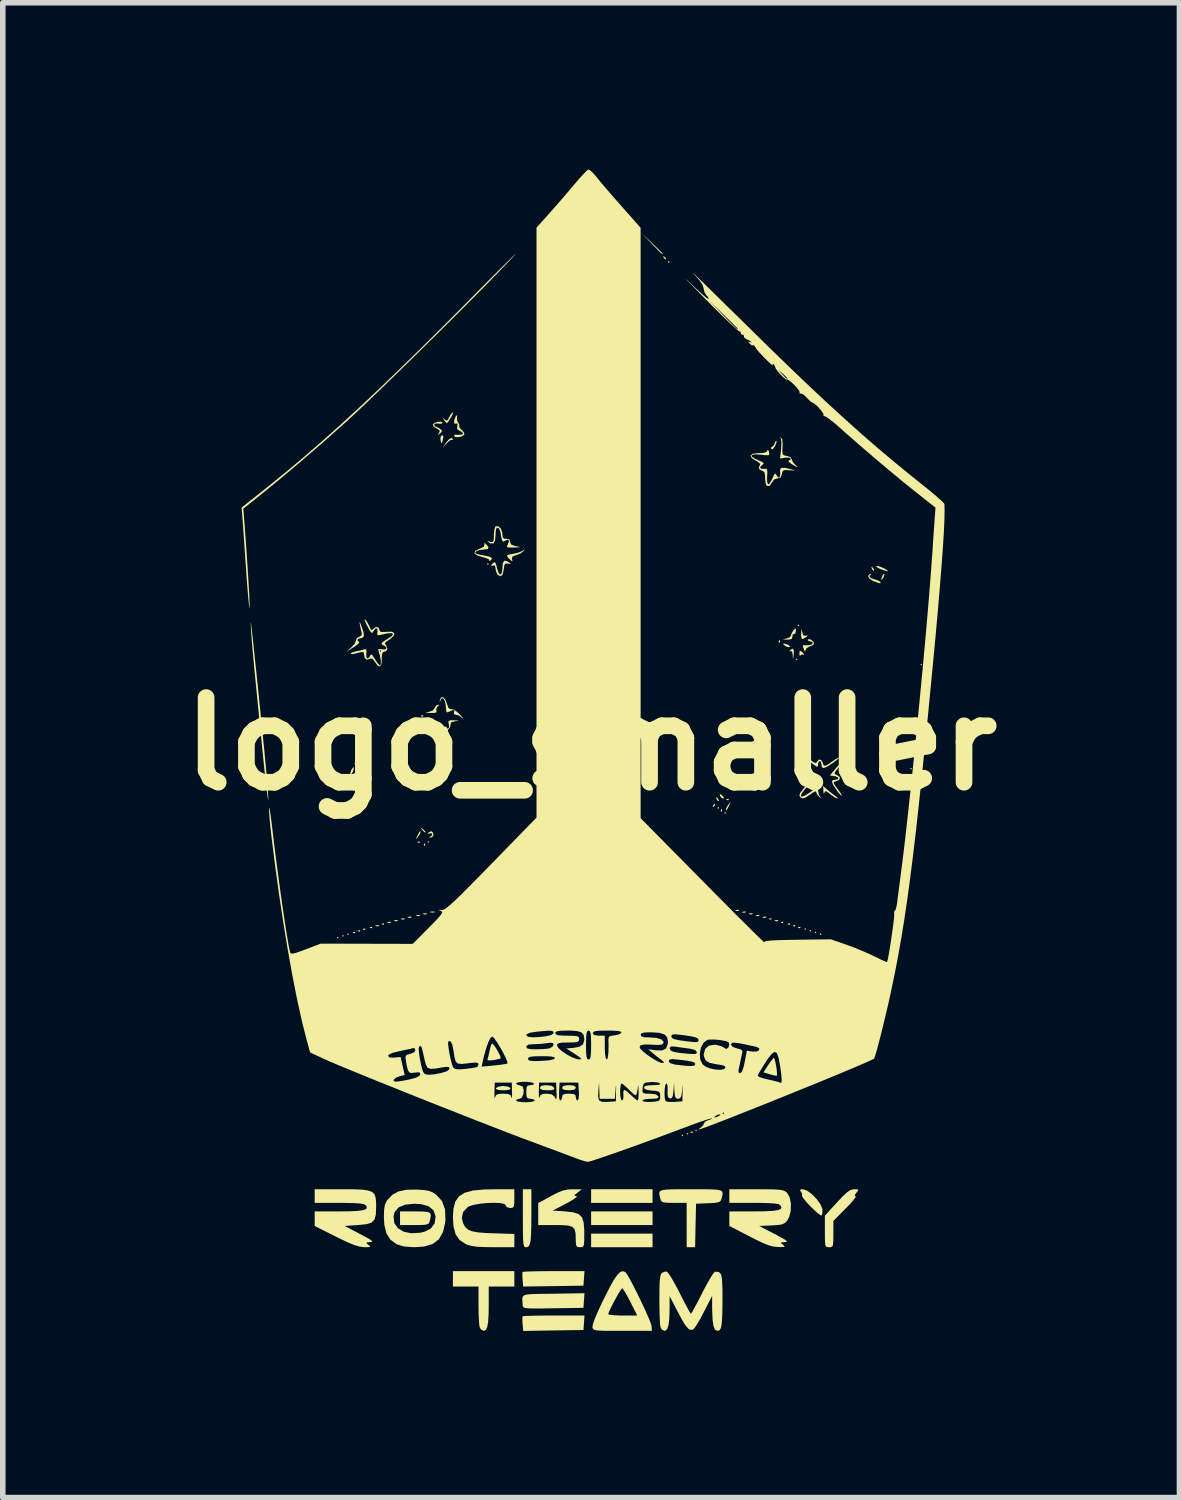
<source format=kicad_pcb>
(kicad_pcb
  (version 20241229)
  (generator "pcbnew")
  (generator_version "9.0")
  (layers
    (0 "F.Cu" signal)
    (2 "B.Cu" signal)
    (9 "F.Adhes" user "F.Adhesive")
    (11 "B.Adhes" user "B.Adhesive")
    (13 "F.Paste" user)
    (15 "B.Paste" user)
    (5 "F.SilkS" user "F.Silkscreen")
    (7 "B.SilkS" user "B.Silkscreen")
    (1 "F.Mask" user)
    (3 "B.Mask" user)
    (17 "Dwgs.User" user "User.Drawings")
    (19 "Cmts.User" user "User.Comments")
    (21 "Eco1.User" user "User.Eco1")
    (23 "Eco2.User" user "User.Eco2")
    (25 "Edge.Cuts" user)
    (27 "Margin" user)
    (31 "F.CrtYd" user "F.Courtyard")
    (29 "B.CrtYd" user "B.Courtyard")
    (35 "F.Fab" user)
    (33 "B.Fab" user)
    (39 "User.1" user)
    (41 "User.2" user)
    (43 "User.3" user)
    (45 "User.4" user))
  (footprint "logo_smaller"
    (layer "F.Cu")
    (at 7.591 10.342)
    (property "Reference" "logo_smaller" (at 0 0 0) (layer "F.SilkS") (effects (font (size 1.524 1.524) (thickness 0.3))))
    (attr board_only exclude_from_pos_files exclude_from_bom)
    (fp_poly (pts (xy -4.546 3.486) (xy -4.561 3.501) (xy -4.576 3.486) (xy -4.561 3.471)) (stroke (width 0) (type solid)) (fill yes) (layer "F.SilkS"))
    (fp_poly (pts (xy -4.453 3.455) (xy -4.469 3.471) (xy -4.484 3.455) (xy -4.469 3.44)) (stroke (width 0) (type solid)) (fill yes) (layer "F.SilkS"))
    (fp_poly (pts (xy -4.361 3.425) (xy -4.377 3.44) (xy -4.392 3.425) (xy -4.377 3.409)) (stroke (width 0) (type solid)) (fill yes) (layer "F.SilkS"))
    (fp_poly (pts (xy -2.918 1.766) (xy -2.933 1.781) (xy -2.948 1.766) (xy -2.933 1.751)) (stroke (width 0) (type solid)) (fill yes) (layer "F.SilkS"))
    (fp_poly (pts (xy -1.843 -3.24) (xy -1.858 -3.225) (xy -1.874 -3.24) (xy -1.858 -3.256)) (stroke (width 0) (type solid)) (fill yes) (layer "F.SilkS"))
    (fp_poly (pts (xy 1.106 8.262) (xy 0 8.262) (xy 0 8.016) (xy 1.106 8.016)) (stroke (width 0) (type solid)) (fill yes) (layer "F.SilkS"))
    (fp_poly (pts (xy 1.106 8.661) (xy 0 8.661) (xy 0 8.415) (xy 1.106 8.415)) (stroke (width 0) (type solid)) (fill yes) (layer "F.SilkS"))
    (fp_poly (pts (xy 1.106 9.06) (xy 0 9.06) (xy 0 8.815) (xy 1.106 8.815)) (stroke (width 0) (type solid)) (fill yes) (layer "F.SilkS"))
    (fp_poly (pts (xy 1.413 -8.677) (xy 1.397 -8.661) (xy 1.382 -8.677) (xy 1.397 -8.692)) (stroke (width 0) (type solid)) (fill yes) (layer "F.SilkS"))
    (fp_poly (pts (xy 1.659 7.049) (xy 1.643 7.064) (xy 1.628 7.049) (xy 1.643 7.033)) (stroke (width 0) (type solid)) (fill yes) (layer "F.SilkS"))
    (fp_poly (pts (xy 1.751 7.018) (xy 1.735 7.033) (xy 1.72 7.018) (xy 1.735 7.003)) (stroke (width 0) (type solid)) (fill yes) (layer "F.SilkS"))
    (fp_poly (pts (xy 1.904 6.957) (xy 1.889 6.972) (xy 1.874 6.957) (xy 1.889 6.941)) (stroke (width 0) (type solid)) (fill yes) (layer "F.SilkS"))
    (fp_poly (pts (xy 2.304 1.152) (xy 2.288 1.167) (xy 2.273 1.152) (xy 2.288 1.136)) (stroke (width 0) (type solid)) (fill yes) (layer "F.SilkS"))
    (fp_poly (pts (xy 2.426 1.244) (xy 2.411 1.259) (xy 2.396 1.244) (xy 2.411 1.229)) (stroke (width 0) (type solid)) (fill yes) (layer "F.SilkS"))
    (fp_poly (pts (xy 3.716 -1.52) (xy 3.701 -1.505) (xy 3.686 -1.52) (xy 3.701 -1.536)) (stroke (width 0) (type solid)) (fill yes) (layer "F.SilkS"))
    (fp_poly (pts (xy 3.747 -2.135) (xy 3.732 -2.119) (xy 3.716 -2.135) (xy 3.732 -2.15)) (stroke (width 0) (type solid)) (fill yes) (layer "F.SilkS"))
    (fp_poly (pts (xy 3.87 3.332) (xy 3.855 3.348) (xy 3.839 3.332) (xy 3.855 3.317)) (stroke (width 0) (type solid)) (fill yes) (layer "F.SilkS"))
    (fp_poly (pts (xy 3.962 3.363) (xy 3.947 3.378) (xy 3.931 3.363) (xy 3.947 3.348)) (stroke (width 0) (type solid)) (fill yes) (layer "F.SilkS"))
    (fp_poly (pts (xy 4.054 3.394) (xy 4.039 3.409) (xy 4.023 3.394) (xy 4.039 3.378)) (stroke (width 0) (type solid)) (fill yes) (layer "F.SilkS"))
    (fp_poly (pts (xy 4.146 3.425) (xy 4.131 3.44) (xy 4.116 3.425) (xy 4.131 3.409)) (stroke (width 0) (type solid)) (fill yes) (layer "F.SilkS"))
    (fp_poly (pts (xy 5.774 0.445) (xy 5.759 0.461) (xy 5.743 0.445) (xy 5.759 0.43)) (stroke (width 0) (type solid)) (fill yes) (layer "F.SilkS"))
    (fp_poly (pts (xy 5.958 -1.428) (xy 5.943 -1.413) (xy 5.928 -1.428) (xy 5.943 -1.444)) (stroke (width 0) (type solid)) (fill yes) (layer "F.SilkS"))
    (fp_poly (pts (xy -4.249 3.389) (xy -4.253 3.407) (xy -4.269 3.409) (xy -4.294 3.398) (xy -4.29 3.389) (xy -4.253 3.385)) (stroke (width 0) (type solid)) (fill yes) (layer "F.SilkS"))
    (fp_poly (pts (xy -4.157 3.358) (xy -4.161 3.376) (xy -4.177 3.378) (xy -4.202 3.367) (xy -4.198 3.358) (xy -4.161 3.354)) (stroke (width 0) (type solid)) (fill yes) (layer "F.SilkS"))
    (fp_poly (pts (xy -4.064 3.327) (xy -4.069 3.346) (xy -4.085 3.348) (xy -4.11 3.337) (xy -4.105 3.327) (xy -4.069 3.324)) (stroke (width 0) (type solid)) (fill yes) (layer "F.SilkS"))
    (fp_poly (pts (xy -3.942 3.297) (xy -3.946 3.315) (xy -3.962 3.317) (xy -3.987 3.306) (xy -3.983 3.297) (xy -3.946 3.293)) (stroke (width 0) (type solid)) (fill yes) (layer "F.SilkS"))
    (fp_poly (pts (xy -3.817 3.268) (xy -3.826 3.282) (xy -3.857 3.284) (xy -3.89 3.276) (xy -3.876 3.265) (xy -3.828 3.262)) (stroke (width 0) (type solid)) (fill yes) (layer "F.SilkS"))
    (fp_poly (pts (xy -3.727 3.235) (xy -3.731 3.253) (xy -3.747 3.256) (xy -3.772 3.244) (xy -3.768 3.235) (xy -3.731 3.231)) (stroke (width 0) (type solid)) (fill yes) (layer "F.SilkS"))
    (fp_poly (pts (xy -3.602 3.206) (xy -3.611 3.22) (xy -3.642 3.222) (xy -3.675 3.215) (xy -3.661 3.204) (xy -3.613 3.2)) (stroke (width 0) (type solid)) (fill yes) (layer "F.SilkS"))
    (fp_poly (pts (xy -3.479 3.176) (xy -3.488 3.19) (xy -3.519 3.192) (xy -3.552 3.184) (xy -3.538 3.173) (xy -3.49 3.17)) (stroke (width 0) (type solid)) (fill yes) (layer "F.SilkS"))
    (fp_poly (pts (xy -3.356 3.145) (xy -3.365 3.159) (xy -3.396 3.161) (xy -3.429 3.154) (xy -3.415 3.143) (xy -3.367 3.139)) (stroke (width 0) (type solid)) (fill yes) (layer "F.SilkS"))
    (fp_poly (pts (xy -3.233 3.114) (xy -3.242 3.128) (xy -3.274 3.13) (xy -3.306 3.123) (xy -3.292 3.112) (xy -3.244 3.108)) (stroke (width 0) (type solid)) (fill yes) (layer "F.SilkS"))
    (fp_poly (pts (xy -3.082 1.761) (xy -3.086 1.779) (xy -3.102 1.781) (xy -3.127 1.77) (xy -3.123 1.761) (xy -3.086 1.757)) (stroke (width 0) (type solid)) (fill yes) (layer "F.SilkS"))
    (fp_poly (pts (xy -3.08 3.083) (xy -3.089 3.097) (xy -3.12 3.1) (xy -3.153 3.092) (xy -3.139 3.081) (xy -3.091 3.077)) (stroke (width 0) (type solid)) (fill yes) (layer "F.SilkS"))
    (fp_poly (pts (xy -3.02 -0.512) (xy -3.024 -0.494) (xy -3.041 -0.491) (xy -3.066 -0.503) (xy -3.061 -0.512) (xy -3.025 -0.516)) (stroke (width 0) (type solid)) (fill yes) (layer "F.SilkS"))
    (fp_poly (pts (xy -2.989 1.792) (xy -2.986 1.828) (xy -2.989 1.833) (xy -3.008 1.828) (xy -3.01 1.812) (xy -2.999 1.787)) (stroke (width 0) (type solid)) (fill yes) (layer "F.SilkS"))
    (fp_poly (pts (xy -2.957 3.053) (xy -2.966 3.067) (xy -2.997 3.069) (xy -3.03 3.061) (xy -3.016 3.05) (xy -2.968 3.047)) (stroke (width 0) (type solid)) (fill yes) (layer "F.SilkS"))
    (fp_poly (pts (xy -2.818 3.02) (xy -2.814 3.031) (xy -2.856 3.036) (xy -2.9 3.031) (xy -2.895 3.02) (xy -2.832 3.016)) (stroke (width 0) (type solid)) (fill yes) (layer "F.SilkS"))
    (fp_poly (pts (xy 1.833 6.982) (xy 1.828 7) (xy 1.812 7.003) (xy 1.787 6.991) (xy 1.792 6.982) (xy 1.828 6.979)) (stroke (width 0) (type solid)) (fill yes) (layer "F.SilkS"))
    (fp_poly (pts (xy 2.355 1.177) (xy 2.358 1.214) (xy 2.355 1.218) (xy 2.336 1.214) (xy 2.334 1.198) (xy 2.345 1.173)) (stroke (width 0) (type solid)) (fill yes) (layer "F.SilkS"))
    (fp_poly (pts (xy 2.478 0.993) (xy 2.473 1.011) (xy 2.457 1.014) (xy 2.432 1.002) (xy 2.437 0.993) (xy 2.473 0.989)) (stroke (width 0) (type solid)) (fill yes) (layer "F.SilkS"))
    (fp_poly (pts (xy 2.664 2.991) (xy 2.655 3.005) (xy 2.623 3.007) (xy 2.591 3) (xy 2.605 2.989) (xy 2.653 2.985)) (stroke (width 0) (type solid)) (fill yes) (layer "F.SilkS"))
    (fp_poly (pts (xy 2.787 3.022) (xy 2.777 3.036) (xy 2.746 3.038) (xy 2.714 3.031) (xy 2.728 3.02) (xy 2.776 3.016)) (stroke (width 0) (type solid)) (fill yes) (layer "F.SilkS"))
    (fp_poly (pts (xy 2.909 3.053) (xy 2.9 3.067) (xy 2.869 3.069) (xy 2.836 3.061) (xy 2.851 3.05) (xy 2.899 3.047)) (stroke (width 0) (type solid)) (fill yes) (layer "F.SilkS"))
    (fp_poly (pts (xy 3.032 3.083) (xy 3.023 3.097) (xy 2.992 3.1) (xy 2.959 3.092) (xy 2.973 3.081) (xy 3.021 3.077)) (stroke (width 0) (type solid)) (fill yes) (layer "F.SilkS"))
    (fp_poly (pts (xy 3.155 3.114) (xy 3.146 3.128) (xy 3.115 3.13) (xy 3.082 3.123) (xy 3.096 3.112) (xy 3.144 3.108)) (stroke (width 0) (type solid)) (fill yes) (layer "F.SilkS"))
    (fp_poly (pts (xy 3.245 3.143) (xy 3.241 3.161) (xy 3.225 3.163) (xy 3.2 3.152) (xy 3.204 3.143) (xy 3.241 3.139)) (stroke (width 0) (type solid)) (fill yes) (layer "F.SilkS"))
    (fp_poly (pts (xy 3.37 3.176) (xy 3.361 3.19) (xy 3.33 3.192) (xy 3.297 3.184) (xy 3.311 3.173) (xy 3.359 3.17)) (stroke (width 0) (type solid)) (fill yes) (layer "F.SilkS"))
    (fp_poly (pts (xy 3.399 -1.863) (xy 3.403 -1.827) (xy 3.399 -1.822) (xy 3.381 -1.827) (xy 3.378 -1.843) (xy 3.39 -1.868)) (stroke (width 0) (type solid)) (fill yes) (layer "F.SilkS"))
    (fp_poly (pts (xy 3.46 3.204) (xy 3.456 3.223) (xy 3.44 3.225) (xy 3.415 3.214) (xy 3.419 3.204) (xy 3.456 3.201)) (stroke (width 0) (type solid)) (fill yes) (layer "F.SilkS"))
    (fp_poly (pts (xy 3.583 3.235) (xy 3.579 3.253) (xy 3.563 3.256) (xy 3.537 3.244) (xy 3.542 3.235) (xy 3.579 3.231)) (stroke (width 0) (type solid)) (fill yes) (layer "F.SilkS"))
    (fp_poly (pts (xy 3.675 3.266) (xy 3.671 3.284) (xy 3.655 3.286) (xy 3.63 3.275) (xy 3.634 3.266) (xy 3.671 3.262)) (stroke (width 0) (type solid)) (fill yes) (layer "F.SilkS"))
    (fp_poly (pts (xy 3.768 3.297) (xy 3.763 3.315) (xy 3.747 3.317) (xy 3.722 3.306) (xy 3.727 3.297) (xy 3.763 3.293)) (stroke (width 0) (type solid)) (fill yes) (layer "F.SilkS"))
    (fp_poly (pts (xy -4.253 0.589) (xy -4.262 0.612) (xy -4.291 0.628) (xy -4.327 0.637) (xy -4.312 0.615) (xy -4.308 0.61) (xy -4.268 0.586)) (stroke (width 0) (type solid)) (fill yes) (layer "F.SilkS"))
    (fp_poly (pts (xy 1.316 -8.772) (xy 1.349 -8.741) (xy 1.342 -8.723) (xy 1.338 -8.723) (xy 1.312 -8.744) (xy 1.302 -8.758) (xy 1.299 -8.779)) (stroke (width 0) (type solid)) (fill yes) (layer "F.SilkS"))
    (fp_poly (pts (xy 2.273 0.971) (xy 2.277 0.975) (xy 2.301 1.015) (xy 2.298 1.03) (xy 2.275 1.02) (xy 2.259 0.992) (xy 2.25 0.956)) (stroke (width 0) (type solid)) (fill yes) (layer "F.SilkS"))
    (fp_poly (pts (xy 5.067 -3.176) (xy 5.072 -3.172) (xy 5.096 -3.131) (xy 5.092 -3.117) (xy 5.07 -3.126) (xy 5.054 -3.154) (xy 5.045 -3.19)) (stroke (width 0) (type solid)) (fill yes) (layer "F.SilkS"))
    (fp_poly (pts (xy -4.273 0.451) (xy -4.292 0.506) (xy -4.319 0.547) (xy -4.33 0.553) (xy -4.337 0.53) (xy -4.32 0.478) (xy -4.291 0.427) (xy -4.274 0.415)) (stroke (width 0) (type solid)) (fill yes) (layer "F.SilkS"))
    (fp_poly (pts (xy -4.192 0.388) (xy -4.118 0.432) (xy -4.088 0.453) (xy -4.091 0.46) (xy -4.107 0.461) (xy -4.151 0.442) (xy -4.212 0.397) (xy -4.285 0.334)) (stroke (width 0) (type solid)) (fill yes) (layer "F.SilkS"))
    (fp_poly (pts (xy -3.071 1.586) (xy -3.089 1.631) (xy -3.119 1.676) (xy -3.151 1.713) (xy -3.151 1.703) (xy -3.13 1.659) (xy -3.094 1.587) (xy -3.075 1.567)) (stroke (width 0) (type solid)) (fill yes) (layer "F.SilkS"))
    (fp_poly (pts (xy -3.055 1.515) (xy -3.033 1.532) (xy -2.99 1.57) (xy -2.979 1.586) (xy -2.994 1.595) (xy -3.035 1.555) (xy -3.045 1.543) (xy -3.071 1.507)) (stroke (width 0) (type solid)) (fill yes) (layer "F.SilkS"))
    (fp_poly (pts (xy -2.66 -5.521) (xy -2.671 -5.467) (xy -2.687 -5.414) (xy -2.697 -5.418) (xy -2.709 -5.459) (xy -2.712 -5.52) (xy -2.698 -5.547) (xy -2.665 -5.556)) (stroke (width 0) (type solid)) (fill yes) (layer "F.SilkS"))
    (fp_poly (pts (xy 2.232 1.095) (xy 2.227 1.106) (xy 2.198 1.135) (xy 2.192 1.136) (xy 2.19 1.117) (xy 2.196 1.106) (xy 2.225 1.076) (xy 2.23 1.075)) (stroke (width 0) (type solid)) (fill yes) (layer "F.SilkS"))
    (fp_poly (pts (xy 2.34 0.913) (xy 2.349 0.921) (xy 2.391 0.964) (xy 2.382 0.982) (xy 2.368 0.983) (xy 2.335 0.958) (xy 2.321 0.932) (xy 2.314 0.899)) (stroke (width 0) (type solid)) (fill yes) (layer "F.SilkS"))
    (fp_poly (pts (xy 2.506 1.061) (xy 2.485 1.106) (xy 2.449 1.177) (xy 2.43 1.197) (xy 2.426 1.178) (xy 2.444 1.133) (xy 2.474 1.089) (xy 2.506 1.051)) (stroke (width 0) (type solid)) (fill yes) (layer "F.SilkS"))
    (fp_poly (pts (xy 3.538 -1.788) (xy 3.545 -1.785) (xy 3.581 -1.759) (xy 3.576 -1.743) (xy 3.531 -1.745) (xy 3.487 -1.769) (xy 3.453 -1.801) (xy 3.471 -1.808)) (stroke (width 0) (type solid)) (fill yes) (layer "F.SilkS"))
    (fp_poly (pts (xy 5.282 -3.056) (xy 5.266 -3.006) (xy 5.252 -2.979) (xy 5.228 -2.955) (xy 5.222 -2.964) (xy 5.238 -3.014) (xy 5.252 -3.041) (xy 5.276 -3.065)) (stroke (width 0) (type solid)) (fill yes) (layer "F.SilkS"))
    (fp_poly (pts (xy 3.778 -1.67) (xy 3.793 -1.659) (xy 3.831 -1.62) (xy 3.837 -1.601) (xy 3.811 -1.611) (xy 3.777 -1.604) (xy 3.767 -1.59) (xy 3.755 -1.585) (xy 3.749 -1.624) (xy 3.753 -1.673)) (stroke (width 0) (type solid)) (fill yes) (layer "F.SilkS"))
    (fp_poly (pts (xy -4.032 0.476) (xy -4.046 0.494) (xy -4.069 0.543) (xy -4.064 0.563) (xy -4.059 0.583) (xy -4.063 0.584) (xy -4.094 0.562) (xy -4.098 0.556) (xy -4.091 0.519) (xy -4.062 0.487) (xy -4.025 0.461)) (stroke (width 0) (type solid)) (fill yes) (layer "F.SilkS"))
    (fp_poly (pts (xy -2.489 -5.486) (xy -2.488 -5.475) (xy -2.503 -5.472) (xy -2.506 -5.475) (xy -2.537 -5.467) (xy -2.588 -5.424) (xy -2.601 -5.411) (xy -2.677 -5.329) (xy -2.608 -5.427) (xy -2.554 -5.488) (xy -2.51 -5.509)) (stroke (width 0) (type solid)) (fill yes) (layer "F.SilkS"))
    (fp_poly (pts (xy -0.706 6.155) (xy -0.665 6.189) (xy -0.666 6.218) (xy -0.706 6.232) (xy -0.784 6.235) (xy -0.875 6.229) (xy -0.916 6.208) (xy -0.921 6.189) (xy -0.901 6.156) (xy -0.832 6.143) (xy -0.802 6.143)) (stroke (width 0) (type solid)) (fill yes) (layer "F.SilkS"))
    (fp_poly (pts (xy 1.098 -9.015) (xy 1.184 -8.932) (xy 1.25 -8.866) (xy 1.286 -8.828) (xy 1.29 -8.823) (xy 1.284 -8.817) (xy 1.262 -8.832) (xy 1.216 -8.876) (xy 1.14 -8.954) (xy 1.089 -9.007) (xy 0.906 -9.199)) (stroke (width 0) (type solid)) (fill yes) (layer "F.SilkS"))
    (fp_poly (pts (xy 3.649 -1.689) (xy 3.647 -1.61) (xy 3.646 -1.608) (xy 3.633 -1.52) (xy 3.629 -1.607) (xy 3.616 -1.667) (xy 3.586 -1.671) (xy 3.563 -1.662) (xy 3.585 -1.69) (xy 3.585 -1.69) (xy 3.627 -1.717)) (stroke (width 0) (type solid)) (fill yes) (layer "F.SilkS"))
    (fp_poly (pts (xy -2.843 -0.453) (xy -2.832 -0.43) (xy -2.874 -0.378) (xy -2.878 -0.374) (xy -2.915 -0.34) (xy -2.919 -0.349) (xy -2.91 -0.374) (xy -2.914 -0.424) (xy -2.943 -0.44) (xy -2.956 -0.45) (xy -2.915 -0.457) (xy -2.91 -0.457)) (stroke (width 0) (type solid)) (fill yes) (layer "F.SilkS"))
    (fp_poly (pts (xy -1.501 6.167) (xy -1.454 6.191) (xy -1.451 6.196) (xy -1.464 6.222) (xy -1.529 6.233) (xy -1.582 6.235) (xy -1.674 6.229) (xy -1.712 6.211) (xy -1.712 6.196) (xy -1.675 6.171) (xy -1.599 6.158) (xy -1.582 6.158)) (stroke (width 0) (type solid)) (fill yes) (layer "F.SilkS"))
    (fp_poly (pts (xy -0.314 6.15) (xy -0.279 6.176) (xy -0.276 6.189) (xy -0.297 6.221) (xy -0.364 6.234) (xy -0.399 6.235) (xy -0.485 6.227) (xy -0.52 6.202) (xy -0.522 6.189) (xy -0.502 6.157) (xy -0.435 6.144) (xy -0.399 6.143)) (stroke (width 0) (type solid)) (fill yes) (layer "F.SilkS"))
    (fp_poly (pts (xy 3.335 -5.422) (xy 3.31 -5.36) (xy 3.309 -5.358) (xy 3.271 -5.305) (xy 3.243 -5.309) (xy 3.243 -5.309) (xy 3.24 -5.34) (xy 3.252 -5.344) (xy 3.284 -5.37) (xy 3.302 -5.408) (xy 3.324 -5.452) (xy 3.338 -5.457)) (stroke (width 0) (type solid)) (fill yes) (layer "F.SilkS"))
    (fp_poly (pts (xy 5.208 -3.189) (xy 5.273 -3.161) (xy 5.327 -3.127) (xy 5.327 -3.127) (xy 5.345 -3.11) (xy 5.336 -3.108) (xy 5.288 -3.121) (xy 5.229 -3.14) (xy 5.162 -3.169) (xy 5.13 -3.195) (xy 5.129 -3.198) (xy 5.153 -3.204)) (stroke (width 0) (type solid)) (fill yes) (layer "F.SilkS"))
    (fp_poly (pts (xy -2.853 1.588) (xy -2.835 1.638) (xy -2.862 1.679) (xy -2.897 1.687) (xy -2.915 1.679) (xy -2.895 1.669) (xy -2.859 1.638) (xy -2.866 1.61) (xy -2.91 1.611) (xy -2.945 1.62) (xy -2.929 1.597) (xy -2.925 1.593) (xy -2.881 1.571)) (stroke (width 0) (type solid)) (fill yes) (layer "F.SilkS"))
    (fp_poly (pts (xy -0.138 9.752) (xy -0.68 9.76) (xy -1.222 9.768) (xy -1.234 9.643) (xy -1.238 9.562) (xy -1.235 9.51) (xy -1.232 9.504) (xy -1.198 9.5) (xy -1.113 9.496) (xy -0.987 9.493) (xy -0.829 9.491) (xy -0.669 9.49) (xy -0.119 9.49)) (stroke (width 0) (type solid)) (fill yes) (layer "F.SilkS"))
    (fp_poly (pts (xy -0.138 10.55) (xy -0.68 10.558) (xy -1.222 10.567) (xy -1.234 10.442) (xy -1.238 10.36) (xy -1.235 10.309) (xy -1.232 10.303) (xy -1.198 10.298) (xy -1.113 10.295) (xy -0.987 10.292) (xy -0.829 10.29) (xy -0.669 10.289) (xy -0.119 10.289)) (stroke (width 0) (type solid)) (fill yes) (layer "F.SilkS"))
    (fp_poly (pts (xy 3.8 -2.017) (xy 3.821 -1.954) (xy 3.857 -1.947) (xy 3.897 -1.955) (xy 3.891 -1.939) (xy 3.843 -1.906) (xy 3.839 -1.904) (xy 3.8 -1.889) (xy 3.783 -1.907) (xy 3.782 -1.974) (xy 3.782 -1.988) (xy 3.786 -2.054) (xy 3.791 -2.063)) (stroke (width 0) (type solid)) (fill yes) (layer "F.SilkS"))
    (fp_poly (pts (xy -4.116 0.602) (xy -4.114 0.604) (xy -4.093 0.652) (xy -4.099 0.673) (xy -4.134 0.704) (xy -4.187 0.687) (xy -4.208 0.673) (xy -4.23 0.653) (xy -4.199 0.657) (xy -4.18 0.662) (xy -4.128 0.671) (xy -4.121 0.647) (xy -4.128 0.625) (xy -4.138 0.588)) (stroke (width 0) (type solid)) (fill yes) (layer "F.SilkS"))
    (fp_poly (pts (xy -3.025 8.417) (xy -2.939 8.426) (xy -2.896 8.448) (xy -2.885 8.491) (xy -2.898 8.56) (xy -2.906 8.592) (xy -2.92 8.626) (xy -2.946 8.646) (xy -2.999 8.657) (xy -3.092 8.661) (xy -3.182 8.661) (xy -3.44 8.661) (xy -3.44 8.415) (xy -3.163 8.415)) (stroke (width 0) (type solid)) (fill yes) (layer "F.SilkS"))
    (fp_poly (pts (xy 3.305 5.678) (xy 3.321 5.745) (xy 3.336 5.828) (xy 3.345 5.908) (xy 3.347 5.962) (xy 3.343 5.972) (xy 3.31 5.97) (xy 3.24 5.953) (xy 3.218 5.947) (xy 3.103 5.912) (xy 3.187 5.782) (xy 3.239 5.707) (xy 3.278 5.66) (xy 3.291 5.651)) (stroke (width 0) (type solid)) (fill yes) (layer "F.SilkS"))
    (fp_poly (pts (xy -2.735 -0.7) (xy -2.761 -0.678) (xy -2.789 -0.631) (xy -2.785 -0.602) (xy -2.783 -0.571) (xy -2.818 -0.558) (xy -2.896 -0.558) (xy -2.968 -0.562) (xy -2.982 -0.566) (xy -2.941 -0.573) (xy -2.929 -0.575) (xy -2.845 -0.604) (xy -2.816 -0.647) (xy -2.786 -0.695) (xy -2.759 -0.706)) (stroke (width 0) (type solid)) (fill yes) (layer "F.SilkS"))
    (fp_poly (pts (xy 5.048 -3.057) (xy 5.038 -3.051) (xy 5.007 -3.019) (xy 5.032 -2.987) (xy 5.098 -2.964) (xy 5.169 -2.941) (xy 5.207 -2.915) (xy 5.211 -2.893) (xy 5.173 -2.897) (xy 5.087 -2.93) (xy 5.073 -2.937) (xy 5.006 -2.98) (xy 4.985 -3.023) (xy 5.013 -3.054) (xy 5.032 -3.059)) (stroke (width 0) (type solid)) (fill yes) (layer "F.SilkS"))
    (fp_poly (pts (xy -2.498 -5.925) (xy -2.519 -5.887) (xy -2.562 -5.818) (xy -2.59 -5.778) (xy -2.595 -5.774) (xy -2.618 -5.795) (xy -2.645 -5.828) (xy -2.672 -5.864) (xy -2.657 -5.857) (xy -2.636 -5.842) (xy -2.594 -5.819) (xy -2.57 -5.849) (xy -2.566 -5.862) (xy -2.527 -5.933) (xy -2.5 -5.961) (xy -2.482 -5.966)) (stroke (width 0) (type solid)) (fill yes) (layer "F.SilkS"))
    (fp_poly (pts (xy -1.075 8.469) (xy -1.077 8.676) (xy -1.081 8.829) (xy -1.089 8.936) (xy -1.103 9.005) (xy -1.124 9.043) (xy -1.152 9.059) (xy -1.171 9.06) (xy -1.192 9.057) (xy -1.207 9.041) (xy -1.217 9.003) (xy -1.224 8.936) (xy -1.227 8.83) (xy -1.228 8.678) (xy -1.229 8.538) (xy -1.229 8.016) (xy -1.075 8.016)) (stroke (width 0) (type solid)) (fill yes) (layer "F.SilkS"))
    (fp_poly (pts (xy 3.685 -2.069) (xy 3.686 -2.031) (xy 3.675 -1.985) (xy 3.655 -1.981) (xy 3.631 -1.972) (xy 3.624 -1.937) (xy 3.613 -1.893) (xy 3.568 -1.878) (xy 3.524 -1.878) (xy 3.462 -1.882) (xy 3.457 -1.887) (xy 3.509 -1.896) (xy 3.571 -1.916) (xy 3.594 -1.945) (xy 3.612 -1.996) (xy 3.641 -2.041) (xy 3.674 -2.081)) (stroke (width 0) (type solid)) (fill yes) (layer "F.SilkS"))
    (fp_poly (pts (xy 4.246 0.819) (xy 4.327 0.885) (xy 4.391 0.932) (xy 4.434 0.967) (xy 4.434 0.983) (xy 4.432 0.983) (xy 4.387 0.964) (xy 4.321 0.919) (xy 4.305 0.905) (xy 4.245 0.858) (xy 4.215 0.85) (xy 4.2 0.877) (xy 4.198 0.882) (xy 4.188 0.898) (xy 4.181 0.857) (xy 4.181 0.847) (xy 4.177 0.757)) (stroke (width 0) (type solid)) (fill yes) (layer "F.SilkS"))
    (fp_poly (pts (xy -1.76 5.408) (xy -1.721 5.462) (xy -1.679 5.533) (xy -1.644 5.602) (xy -1.627 5.651) (xy -1.629 5.661) (xy -1.666 5.673) (xy -1.739 5.688) (xy -1.761 5.692) (xy -1.837 5.699) (xy -1.865 5.687) (xy -1.863 5.667) (xy -1.846 5.61) (xy -1.828 5.525) (xy -1.826 5.515) (xy -1.807 5.439) (xy -1.787 5.395) (xy -1.784 5.392)) (stroke (width 0) (type solid)) (fill yes) (layer "F.SilkS"))
    (fp_poly (pts (xy -1.21 -3.481) (xy -1.222 -3.467) (xy -1.279 -3.424) (xy -1.351 -3.398) (xy -1.415 -3.375) (xy -1.426 -3.338) (xy -1.424 -3.333) (xy -1.416 -3.291) (xy -1.441 -3.3) (xy -1.486 -3.344) (xy -1.514 -3.38) (xy -1.506 -3.4) (xy -1.451 -3.415) (xy -1.408 -3.422) (xy -1.315 -3.443) (xy -1.243 -3.471) (xy -1.23 -3.48) (xy -1.199 -3.502)) (stroke (width 0) (type solid)) (fill yes) (layer "F.SilkS"))
    (fp_poly (pts (xy -1.382 9.767) (xy -1.843 9.767) (xy -1.843 10.07) (xy -1.845 10.264) (xy -1.854 10.404) (xy -1.87 10.496) (xy -1.895 10.547) (xy -1.93 10.565) (xy -1.935 10.565) (xy -1.985 10.539) (xy -2.008 10.496) (xy -2.015 10.438) (xy -2.022 10.334) (xy -2.026 10.201) (xy -2.027 10.097) (xy -2.027 9.767) (xy -2.488 9.767) (xy -2.488 9.49) (xy -1.382 9.49)) (stroke (width 0) (type solid)) (fill yes) (layer "F.SilkS"))
    (fp_poly (pts (xy -0.129 10.02) (xy -0.138 10.151) (xy -0.683 10.159) (xy -0.878 10.162) (xy -1.02 10.163) (xy -1.118 10.161) (xy -1.179 10.155) (xy -1.213 10.145) (xy -1.228 10.129) (xy -1.232 10.107) (xy -1.232 10.105) (xy -1.237 10.034) (xy -1.239 9.982) (xy -1.229 9.946) (xy -1.2 9.923) (xy -1.143 9.909) (xy -1.051 9.903) (xy -0.914 9.9) (xy -0.727 9.897) (xy -0.681 9.897) (xy -0.119 9.888)) (stroke (width 0) (type solid)) (fill yes) (layer "F.SilkS"))
    (fp_poly (pts (xy 3.887 8.041) (xy 3.973 8.104) (xy 4.058 8.19) (xy 4.126 8.283) (xy 4.163 8.368) (xy 4.165 8.386) (xy 4.162 8.455) (xy 4.148 8.491) (xy 4.118 8.477) (xy 4.057 8.428) (xy 3.977 8.354) (xy 3.951 8.328) (xy 3.873 8.244) (xy 3.818 8.176) (xy 3.796 8.136) (xy 3.797 8.13) (xy 3.797 8.094) (xy 3.778 8.063) (xy 3.759 8.028) (xy 3.788 8.017) (xy 3.814 8.016)) (stroke (width 0) (type solid)) (fill yes) (layer "F.SilkS"))
    (fp_poly (pts (xy 3.964 -1.873) (xy 4.011 -1.827) (xy 4.002 -1.783) (xy 3.939 -1.757) (xy 3.938 -1.756) (xy 3.882 -1.727) (xy 3.863 -1.695) (xy 3.852 -1.661) (xy 3.837 -1.684) (xy 3.831 -1.699) (xy 3.811 -1.759) (xy 3.817 -1.778) (xy 3.832 -1.778) (xy 3.878 -1.776) (xy 3.924 -1.778) (xy 3.976 -1.794) (xy 3.993 -1.821) (xy 3.966 -1.841) (xy 3.947 -1.843) (xy 3.906 -1.86) (xy 3.901 -1.875) (xy 3.922 -1.889)) (stroke (width 0) (type solid)) (fill yes) (layer "F.SilkS"))
    (fp_poly (pts (xy -2.673 -5.785) (xy -2.672 -5.78) (xy -2.698 -5.764) (xy -2.749 -5.767) (xy -2.808 -5.766) (xy -2.826 -5.747) (xy -2.808 -5.714) (xy -2.801 -5.713) (xy -2.758 -5.696) (xy -2.721 -5.673) (xy -2.684 -5.639) (xy -2.696 -5.611) (xy -2.723 -5.588) (xy -2.761 -5.56) (xy -2.757 -5.572) (xy -2.741 -5.593) (xy -2.723 -5.632) (xy -2.751 -5.662) (xy -2.782 -5.678) (xy -2.835 -5.715) (xy -2.849 -5.752) (xy -2.817 -5.78) (xy -2.759 -5.798) (xy -2.703 -5.801)) (stroke (width 0) (type solid)) (fill yes) (layer "F.SilkS"))
    (fp_poly (pts (xy -4.142 -2.141) (xy -4.134 -2.119) (xy -4.095 -2.005) (xy -4.092 -1.936) (xy -4.125 -1.906) (xy -4.146 -1.904) (xy -4.197 -1.89) (xy -4.206 -1.859) (xy -4.175 -1.837) (xy -4.179 -1.816) (xy -4.225 -1.775) (xy -4.275 -1.742) (xy -4.407 -1.657) (xy -4.315 -1.74) (xy -4.259 -1.802) (xy -4.233 -1.855) (xy -4.233 -1.866) (xy -4.215 -1.907) (xy -4.178 -1.926) (xy -4.13 -1.958) (xy -4.129 -1.993) (xy -4.145 -2.059) (xy -4.16 -2.135) (xy -4.17 -2.189) (xy -4.165 -2.192)) (stroke (width 0) (type solid)) (fill yes) (layer "F.SilkS"))
    (fp_poly (pts (xy -1.896 -3.6) (xy -1.89 -3.594) (xy -1.847 -3.543) (xy -1.861 -3.51) (xy -1.917 -3.501) (xy -2.007 -3.491) (xy -2.07 -3.466) (xy -2.089 -3.439) (xy -2.061 -3.422) (xy -1.991 -3.403) (xy -1.935 -3.394) (xy -1.829 -3.372) (xy -1.784 -3.345) (xy -1.8 -3.311) (xy -1.82 -3.299) (xy -1.841 -3.293) (xy -1.833 -3.304) (xy -1.845 -3.326) (xy -1.904 -3.35) (xy -1.956 -3.363) (xy -2.056 -3.395) (xy -2.101 -3.434) (xy -2.088 -3.475) (xy -2.017 -3.511) (xy -2.003 -3.516) (xy -1.932 -3.549) (xy -1.919 -3.589) (xy -1.92 -3.589) (xy -1.925 -3.617)) (stroke (width 0) (type solid)) (fill yes) (layer "F.SilkS"))
    (fp_poly (pts (xy 3.416 -5.515) (xy 3.441 -5.484) (xy 3.448 -5.401) (xy 3.446 -5.351) (xy 3.442 -5.259) (xy 3.451 -5.211) (xy 3.481 -5.192) (xy 3.522 -5.185) (xy 3.589 -5.163) (xy 3.609 -5.129) (xy 3.63 -5.076) (xy 3.67 -5.03) (xy 3.713 -4.989) (xy 3.708 -4.983) (xy 3.656 -5.01) (xy 3.609 -5.039) (xy 3.559 -5.077) (xy 3.55 -5.097) (xy 3.555 -5.098) (xy 3.591 -5.12) (xy 3.593 -5.133) (xy 3.567 -5.154) (xy 3.497 -5.153) (xy 3.401 -5.139) (xy 3.42 -5.316) (xy 3.426 -5.424) (xy 3.418 -5.492) (xy 3.408 -5.508) (xy 3.401 -5.517)) (stroke (width 0) (type solid)) (fill yes) (layer "F.SilkS"))
    (fp_poly (pts (xy -2.409 -5.907) (xy -2.415 -5.883) (xy -2.413 -5.821) (xy -2.395 -5.788) (xy -2.371 -5.742) (xy -2.375 -5.723) (xy -2.368 -5.694) (xy -2.328 -5.652) (xy -2.287 -5.604) (xy -2.283 -5.568) (xy -2.327 -5.536) (xy -2.391 -5.521) (xy -2.448 -5.526) (xy -2.468 -5.543) (xy -2.454 -5.566) (xy -2.392 -5.565) (xy -2.325 -5.568) (xy -2.305 -5.593) (xy -2.337 -5.624) (xy -2.366 -5.636) (xy -2.412 -5.668) (xy -2.409 -5.72) (xy -2.403 -5.766) (xy -2.432 -5.767) (xy -2.433 -5.766) (xy -2.465 -5.768) (xy -2.465 -5.815) (xy -2.464 -5.823) (xy -2.443 -5.887) (xy -2.423 -5.914)) (stroke (width 0) (type solid)) (fill yes) (layer "F.SilkS"))
    (fp_poly (pts (xy -1.512 -3.289) (xy -1.486 -3.272) (xy -1.447 -3.24) (xy -1.461 -3.237) (xy -1.495 -3.245) (xy -1.54 -3.248) (xy -1.562 -3.219) (xy -1.572 -3.146) (xy -1.591 -3.054) (xy -1.627 -3.018) (xy -1.677 -3.041) (xy -1.683 -3.046) (xy -1.712 -3.105) (xy -1.72 -3.158) (xy -1.73 -3.21) (xy -1.766 -3.214) (xy -1.77 -3.212) (xy -1.804 -3.204) (xy -1.79 -3.23) (xy -1.781 -3.24) (xy -1.746 -3.273) (xy -1.721 -3.259) (xy -1.7 -3.194) (xy -1.693 -3.16) (xy -1.665 -3.075) (xy -1.633 -3.047) (xy -1.608 -3.075) (xy -1.597 -3.159) (xy -1.589 -3.257) (xy -1.562 -3.299)) (stroke (width 0) (type solid)) (fill yes) (layer "F.SilkS"))
    (fp_poly (pts (xy 4.8 8.019) (xy 4.811 8.035) (xy 4.776 8.078) (xy 4.743 8.123) (xy 4.756 8.139) (xy 4.763 8.139) (xy 4.76 8.159) (xy 4.721 8.213) (xy 4.652 8.291) (xy 4.583 8.362) (xy 4.361 8.586) (xy 4.361 8.823) (xy 4.36 8.942) (xy 4.355 9.013) (xy 4.341 9.048) (xy 4.314 9.059) (xy 4.285 9.06) (xy 4.249 9.058) (xy 4.226 9.044) (xy 4.214 9.007) (xy 4.209 8.933) (xy 4.208 8.813) (xy 4.208 8.776) (xy 4.208 8.492) (xy 4.425 8.254) (xy 4.529 8.144) (xy 4.605 8.073) (xy 4.663 8.033) (xy 4.713 8.018) (xy 4.737 8.016)) (stroke (width 0) (type solid)) (fill yes) (layer "F.SilkS"))
    (fp_poly (pts (xy 2.002 8.016) (xy 2.154 8.018) (xy 2.258 8.024) (xy 2.324 8.036) (xy 2.358 8.057) (xy 2.368 8.09) (xy 2.361 8.136) (xy 2.346 8.192) (xy 2.33 8.227) (xy 2.297 8.249) (xy 2.232 8.261) (xy 2.122 8.268) (xy 2.108 8.268) (xy 1.889 8.277) (xy 1.88 8.669) (xy 1.872 9.06) (xy 1.72 9.06) (xy 1.72 8.262) (xy 1.493 8.262) (xy 1.376 8.26) (xy 1.306 8.253) (xy 1.269 8.236) (xy 1.252 8.206) (xy 1.248 8.193) (xy 1.232 8.132) (xy 1.226 8.087) (xy 1.237 8.055) (xy 1.274 8.035) (xy 1.342 8.023) (xy 1.451 8.018) (xy 1.606 8.016) (xy 1.797 8.016)) (stroke (width 0) (type solid)) (fill yes) (layer "F.SilkS"))
    (fp_poly (pts (xy -2.627 -0.803) (xy -2.597 -0.728) (xy -2.569 -0.649) (xy -2.535 -0.626) (xy -2.525 -0.629) (xy -2.477 -0.619) (xy -2.411 -0.575) (xy -2.386 -0.553) (xy -2.333 -0.498) (xy -2.31 -0.465) (xy -2.311 -0.461) (xy -2.343 -0.483) (xy -2.35 -0.491) (xy -2.393 -0.517) (xy -2.427 -0.522) (xy -2.47 -0.538) (xy -2.468 -0.568) (xy -2.463 -0.608) (xy -2.498 -0.607) (xy -2.551 -0.582) (xy -2.596 -0.567) (xy -2.61 -0.599) (xy -2.611 -0.621) (xy -2.62 -0.72) (xy -2.641 -0.79) (xy -2.67 -0.824) (xy -2.698 -0.812) (xy -2.714 -0.776) (xy -2.725 -0.746) (xy -2.724 -0.775) (xy -2.724 -0.783) (xy -2.703 -0.837) (xy -2.667 -0.842)) (stroke (width 0) (type solid)) (fill yes) (layer "F.SilkS"))
    (fp_poly (pts (xy 4.525 0.334) (xy 4.478 0.397) (xy 4.452 0.429) (xy 4.398 0.495) (xy 4.382 0.53) (xy 4.399 0.549) (xy 4.422 0.559) (xy 4.476 0.596) (xy 4.474 0.638) (xy 4.423 0.667) (xy 4.379 0.681) (xy 4.367 0.703) (xy 4.389 0.745) (xy 4.442 0.817) (xy 4.489 0.883) (xy 4.512 0.927) (xy 4.511 0.934) (xy 4.489 0.918) (xy 4.444 0.865) (xy 4.415 0.825) (xy 4.355 0.732) (xy 4.335 0.676) (xy 4.354 0.65) (xy 4.392 0.645) (xy 4.445 0.633) (xy 4.447 0.607) (xy 4.403 0.583) (xy 4.376 0.578) (xy 4.298 0.568) (xy 4.422 0.419) (xy 4.485 0.346) (xy 4.529 0.302) (xy 4.544 0.296)) (stroke (width 0) (type solid)) (fill yes) (layer "F.SilkS"))
    (fp_poly (pts (xy -6.124 -2.176) (xy -6.117 -2.126) (xy -6.106 -2.036) (xy -6.091 -1.902) (xy -6.072 -1.721) (xy -6.048 -1.492) (xy -6.018 -1.212) (xy -5.984 -0.877) (xy -5.944 -0.486) (xy -5.911 -0.161) (xy -5.885 0.094) (xy -5.863 0.332) (xy -5.843 0.546) (xy -5.828 0.728) (xy -5.817 0.871) (xy -5.811 0.967) (xy -5.81 1.006) (xy -5.816 0.997) (xy -5.826 0.933) (xy -5.841 0.82) (xy -5.859 0.665) (xy -5.88 0.474) (xy -5.903 0.253) (xy -5.924 0.046) (xy -5.962 -0.339) (xy -5.995 -0.669) (xy -6.023 -0.949) (xy -6.046 -1.183) (xy -6.065 -1.379) (xy -6.08 -1.54) (xy -6.092 -1.672) (xy -6.102 -1.781) (xy -6.109 -1.872) (xy -6.115 -1.951) (xy -6.12 -2.023) (xy -6.124 -2.093) (xy -6.125 -2.104) (xy -6.128 -2.162) (xy -6.127 -2.187)) (stroke (width 0) (type solid)) (fill yes) (layer "F.SilkS"))
    (fp_poly (pts (xy -2.465 -0.425) (xy -2.394 -0.421) (xy -2.382 -0.418) (xy -2.426 -0.411) (xy -2.448 -0.408) (xy -2.517 -0.39) (xy -2.531 -0.357) (xy -2.529 -0.352) (xy -2.539 -0.305) (xy -2.584 -0.239) (xy -2.605 -0.216) (xy -2.669 -0.153) (xy -2.706 -0.128) (xy -2.73 -0.131) (xy -2.744 -0.143) (xy -2.761 -0.189) (xy -2.764 -0.219) (xy -2.788 -0.279) (xy -2.814 -0.301) (xy -2.847 -0.326) (xy -2.825 -0.343) (xy -2.815 -0.347) (xy -2.778 -0.344) (xy -2.754 -0.294) (xy -2.747 -0.26) (xy -2.723 -0.179) (xy -2.694 -0.159) (xy -2.663 -0.2) (xy -2.645 -0.253) (xy -2.626 -0.309) (xy -2.614 -0.32) (xy -2.613 -0.315) (xy -2.589 -0.279) (xy -2.577 -0.276) (xy -2.556 -0.302) (xy -2.562 -0.353) (xy -2.569 -0.403) (xy -2.548 -0.424) (xy -2.483 -0.426)) (stroke (width 0) (type solid)) (fill yes) (layer "F.SilkS"))
    (fp_poly (pts (xy -0.169 8.018) (xy -0.246 8.078) (xy -0.295 8.119) (xy -0.297 8.136) (xy -0.261 8.14) (xy -0.258 8.153) (xy -0.302 8.188) (xy -0.387 8.24) (xy -0.445 8.271) (xy -0.691 8.4) (xy -0.466 8.415) (xy -0.321 8.431) (xy -0.224 8.464) (xy -0.164 8.522) (xy -0.134 8.617) (xy -0.123 8.758) (xy -0.123 8.818) (xy -0.124 8.939) (xy -0.129 9.011) (xy -0.142 9.047) (xy -0.168 9.059) (xy -0.2 9.06) (xy -0.247 9.055) (xy -0.269 9.027) (xy -0.276 8.961) (xy -0.276 8.92) (xy -0.28 8.811) (xy -0.297 8.738) (xy -0.338 8.693) (xy -0.413 8.67) (xy -0.532 8.662) (xy -0.646 8.661) (xy -0.952 8.661) (xy -0.952 8.266) (xy -0.726 8.141) (xy -0.598 8.075) (xy -0.499 8.037) (xy -0.409 8.02) (xy -0.334 8.017)) (stroke (width 0) (type solid)) (fill yes) (layer "F.SilkS"))
    (fp_poly (pts (xy -1.382 8.185) (xy -1.384 8.282) (xy -1.395 8.332) (xy -1.421 8.351) (xy -1.459 8.354) (xy -1.522 8.337) (xy -1.536 8.304) (xy -1.563 8.28) (xy -1.637 8.265) (xy -1.743 8.26) (xy -1.865 8.264) (xy -1.991 8.276) (xy -2.104 8.295) (xy -2.191 8.321) (xy -2.219 8.336) (xy -2.302 8.422) (xy -2.328 8.529) (xy -2.306 8.624) (xy -2.271 8.691) (xy -2.222 8.739) (xy -2.15 8.771) (xy -2.044 8.792) (xy -1.893 8.804) (xy -1.758 8.809) (xy -1.382 8.821) (xy -1.382 9.06) (xy -1.758 9.06) (xy -1.934 9.057) (xy -2.063 9.05) (xy -2.158 9.036) (xy -2.233 9.014) (xy -2.26 9.002) (xy -2.368 8.93) (xy -2.44 8.826) (xy -2.478 8.682) (xy -2.488 8.524) (xy -2.478 8.362) (xy -2.443 8.236) (xy -2.379 8.144) (xy -2.277 8.08) (xy -2.132 8.04) (xy -1.938 8.021) (xy -1.758 8.017) (xy -1.382 8.016)) (stroke (width 0) (type solid)) (fill yes) (layer "F.SilkS"))
    (fp_poly (pts (xy -1.625 -3.875) (xy -1.599 -3.803) (xy -1.597 -3.774) (xy -1.589 -3.712) (xy -1.554 -3.693) (xy -1.528 -3.694) (xy -1.473 -3.685) (xy -1.459 -3.64) (xy -1.442 -3.593) (xy -1.381 -3.565) (xy -1.351 -3.559) (xy -1.292 -3.548) (xy -1.284 -3.542) (xy -1.331 -3.538) (xy -1.39 -3.536) (xy -1.477 -3.536) (xy -1.513 -3.544) (xy -1.512 -3.568) (xy -1.499 -3.592) (xy -1.477 -3.651) (xy -1.495 -3.679) (xy -1.542 -3.662) (xy -1.549 -3.657) (xy -1.578 -3.64) (xy -1.599 -3.657) (xy -1.616 -3.715) (xy -1.634 -3.821) (xy -1.659 -3.877) (xy -1.682 -3.893) (xy -1.707 -3.88) (xy -1.719 -3.814) (xy -1.72 -3.767) (xy -1.729 -3.66) (xy -1.758 -3.609) (xy -1.809 -3.61) (xy -1.835 -3.624) (xy -1.867 -3.647) (xy -1.846 -3.646) (xy -1.82 -3.639) (xy -1.777 -3.633) (xy -1.757 -3.653) (xy -1.751 -3.716) (xy -1.751 -3.759) (xy -1.744 -3.846) (xy -1.728 -3.906) (xy -1.719 -3.917) (xy -1.669 -3.918)) (stroke (width 0) (type solid)) (fill yes) (layer "F.SilkS"))
    (fp_poly (pts (xy -3.014 8.03) (xy -2.924 8.044) (xy -2.856 8.07) (xy -2.791 8.113) (xy -2.786 8.117) (xy -2.684 8.23) (xy -2.63 8.378) (xy -2.622 8.563) (xy -2.627 8.615) (xy -2.667 8.789) (xy -2.741 8.917) (xy -2.853 9.002) (xy -3.008 9.048) (xy -3.183 9.06) (xy -3.368 9.047) (xy -3.5 9.007) (xy -3.612 8.925) (xy -3.685 8.81) (xy -3.723 8.653) (xy -3.73 8.519) (xy -3.73 8.505) (xy -3.557 8.505) (xy -3.543 8.624) (xy -3.479 8.717) (xy -3.375 8.78) (xy -3.238 8.809) (xy -3.077 8.799) (xy -3.002 8.782) (xy -2.886 8.724) (xy -2.817 8.63) (xy -2.8 8.509) (xy -2.8 8.505) (xy -2.837 8.397) (xy -2.923 8.324) (xy -3.059 8.285) (xy -3.179 8.277) (xy -3.349 8.294) (xy -3.468 8.344) (xy -3.538 8.429) (xy -3.557 8.505) (xy -3.73 8.505) (xy -3.727 8.388) (xy -3.713 8.299) (xy -3.683 8.233) (xy -3.668 8.21) (xy -3.578 8.115) (xy -3.466 8.055) (xy -3.322 8.025) (xy -3.146 8.022)) (stroke (width 0) (type solid)) (fill yes) (layer "F.SilkS"))
    (fp_poly (pts (xy -4.276 8.017) (xy -4.12 8.023) (xy -4.011 8.039) (xy -3.939 8.067) (xy -3.897 8.112) (xy -3.877 8.179) (xy -3.87 8.271) (xy -3.87 8.333) (xy -3.875 8.47) (xy -3.899 8.561) (xy -3.951 8.616) (xy -4.043 8.645) (xy -4.185 8.66) (xy -4.198 8.661) (xy -4.438 8.677) (xy -4.162 8.821) (xy -4.04 8.886) (xy -3.967 8.928) (xy -3.939 8.953) (xy -3.949 8.965) (xy -3.977 8.968) (xy -4.039 8.972) (xy -4.045 8.986) (xy -4.01 9.015) (xy -3.979 9.043) (xy -3.987 9.056) (xy -4.044 9.059) (xy -4.087 9.059) (xy -4.164 9.05) (xy -4.257 9.023) (xy -4.378 8.974) (xy -4.538 8.898) (xy -4.599 8.867) (xy -4.976 8.678) (xy -4.976 8.415) (xy -4.536 8.415) (xy -4.335 8.413) (xy -4.19 8.405) (xy -4.095 8.391) (xy -4.047 8.369) (xy -4.038 8.337) (xy -4.059 8.303) (xy -4.091 8.285) (xy -4.159 8.273) (xy -4.27 8.266) (xy -4.431 8.262) (xy -4.534 8.262) (xy -4.976 8.262) (xy -4.976 8.016) (xy -4.484 8.016)) (stroke (width 0) (type solid)) (fill yes) (layer "F.SilkS"))
    (fp_poly (pts (xy 0.612 9.505) (xy 0.615 9.506) (xy 0.644 9.543) (xy 0.692 9.625) (xy 0.753 9.739) (xy 0.822 9.875) (xy 0.893 10.021) (xy 0.961 10.164) (xy 1.019 10.294) (xy 1.063 10.399) (xy 1.086 10.467) (xy 1.088 10.48) (xy 1.094 10.565) (xy 0.564 10.565) (xy 0.373 10.565) (xy 0.234 10.564) (xy 0.139 10.56) (xy 0.079 10.553) (xy 0.046 10.541) (xy 0.031 10.524) (xy 0.024 10.5) (xy 0.024 10.496) (xy 0.033 10.442) (xy 0.069 10.341) (xy 0.101 10.266) (xy 0.307 10.266) (xy 0.335 10.276) (xy 0.411 10.284) (xy 0.52 10.289) (xy 0.569 10.289) (xy 0.83 10.289) (xy 0.706 10.043) (xy 0.649 9.934) (xy 0.6 9.85) (xy 0.567 9.803) (xy 0.56 9.798) (xy 0.537 9.823) (xy 0.496 9.888) (xy 0.446 9.977) (xy 0.393 10.075) (xy 0.347 10.167) (xy 0.316 10.237) (xy 0.307 10.266) (xy 0.101 10.266) (xy 0.129 10.202) (xy 0.208 10.032) (xy 0.236 9.977) (xy 0.332 9.788) (xy 0.408 9.65) (xy 0.471 9.559) (xy 0.522 9.507) (xy 0.568 9.491)) (stroke (width 0) (type solid)) (fill yes) (layer "F.SilkS"))
    (fp_poly (pts (xy 3.158 8.017) (xy 3.292 8.019) (xy 3.384 8.025) (xy 3.446 8.035) (xy 3.488 8.05) (xy 3.519 8.072) (xy 3.526 8.079) (xy 3.573 8.159) (xy 3.596 8.273) (xy 3.594 8.399) (xy 3.566 8.514) (xy 3.531 8.579) (xy 3.491 8.621) (xy 3.442 8.647) (xy 3.366 8.66) (xy 3.247 8.668) (xy 3.247 8.668) (xy 3.025 8.677) (xy 3.302 8.821) (xy 3.424 8.886) (xy 3.496 8.928) (xy 3.524 8.953) (xy 3.514 8.965) (xy 3.486 8.968) (xy 3.425 8.972) (xy 3.418 8.986) (xy 3.453 9.015) (xy 3.483 9.042) (xy 3.475 9.054) (xy 3.42 9.057) (xy 3.361 9.056) (xy 3.282 9.048) (xy 3.195 9.025) (xy 3.088 8.982) (xy 2.947 8.914) (xy 2.849 8.864) (xy 2.488 8.677) (xy 2.488 8.415) (xy 2.927 8.415) (xy 3.128 8.413) (xy 3.274 8.405) (xy 3.368 8.391) (xy 3.417 8.369) (xy 3.425 8.337) (xy 3.405 8.303) (xy 3.373 8.285) (xy 3.305 8.273) (xy 3.194 8.266) (xy 3.033 8.262) (xy 2.929 8.262) (xy 2.488 8.262) (xy 2.488 8.016) (xy 2.973 8.016)) (stroke (width 0) (type solid)) (fill yes) (layer "F.SilkS"))
    (fp_poly (pts (xy -1.378 -8.798) (xy -1.433 -8.738) (xy -1.594 -8.57) (xy -1.788 -8.37) (xy -2.009 -8.145) (xy -2.252 -7.901) (xy -2.509 -7.643) (xy -2.775 -7.379) (xy -3.044 -7.113) (xy -3.309 -6.852) (xy -3.566 -6.602) (xy -3.806 -6.369) (xy -4.025 -6.159) (xy -4.217 -5.977) (xy -4.374 -5.831) (xy -4.438 -5.773) (xy -4.825 -5.43) (xy -5.215 -5.093) (xy -5.594 -4.774) (xy -5.947 -4.486) (xy -5.964 -4.473) (xy -6.261 -4.236) (xy -6.248 -4.076) (xy -6.228 -3.81) (xy -6.209 -3.548) (xy -6.192 -3.296) (xy -6.177 -3.063) (xy -6.164 -2.856) (xy -6.154 -2.683) (xy -6.149 -2.55) (xy -6.147 -2.466) (xy -6.148 -2.44) (xy -6.153 -2.453) (xy -6.161 -2.52) (xy -6.172 -2.633) (xy -6.185 -2.786) (xy -6.2 -2.971) (xy -6.213 -3.163) (xy -6.229 -3.386) (xy -6.243 -3.596) (xy -6.256 -3.784) (xy -6.267 -3.939) (xy -6.276 -4.051) (xy -6.279 -4.1) (xy -6.292 -4.254) (xy -5.841 -4.613) (xy -5.52 -4.873) (xy -5.198 -5.142) (xy -4.871 -5.425) (xy -4.534 -5.725) (xy -4.183 -6.047) (xy -3.813 -6.395) (xy -3.42 -6.774) (xy -2.999 -7.186) (xy -2.545 -7.638) (xy -2.169 -8.016) (xy -1.965 -8.223) (xy -1.786 -8.402) (xy -1.635 -8.553) (xy -1.514 -8.673) (xy -1.426 -8.759) (xy -1.373 -8.81) (xy -1.356 -8.824)) (stroke (width 0) (type solid)) (fill yes) (layer "F.SilkS"))
    (fp_poly (pts (xy 1.365 9.501) (xy 1.395 9.534) (xy 1.446 9.611) (xy 1.509 9.722) (xy 1.58 9.856) (xy 1.596 9.888) (xy 1.665 10.024) (xy 1.725 10.137) (xy 1.77 10.218) (xy 1.794 10.256) (xy 1.797 10.258) (xy 1.815 10.232) (xy 1.855 10.161) (xy 1.912 10.056) (xy 1.979 9.925) (xy 1.997 9.888) (xy 2.069 9.751) (xy 2.135 9.633) (xy 2.188 9.548) (xy 2.223 9.504) (xy 2.228 9.501) (xy 2.288 9.504) (xy 2.319 9.521) (xy 2.338 9.549) (xy 2.351 9.602) (xy 2.359 9.688) (xy 2.364 9.818) (xy 2.365 9.993) (xy 2.363 10.197) (xy 2.358 10.347) (xy 2.349 10.451) (xy 2.335 10.517) (xy 2.313 10.552) (xy 2.283 10.565) (xy 2.273 10.565) (xy 2.233 10.547) (xy 2.205 10.487) (xy 2.188 10.379) (xy 2.18 10.219) (xy 2.179 10.155) (xy 2.178 9.936) (xy 2.027 10.231) (xy 1.962 10.354) (xy 1.902 10.455) (xy 1.855 10.523) (xy 1.832 10.544) (xy 1.789 10.548) (xy 1.745 10.522) (xy 1.693 10.46) (xy 1.629 10.353) (xy 1.555 10.214) (xy 1.413 9.94) (xy 1.413 10.157) (xy 1.408 10.336) (xy 1.394 10.46) (xy 1.369 10.534) (xy 1.332 10.564) (xy 1.32 10.565) (xy 1.271 10.539) (xy 1.248 10.496) (xy 1.241 10.441) (xy 1.235 10.338) (xy 1.231 10.2) (xy 1.229 10.041) (xy 1.229 9.993) (xy 1.23 9.813) (xy 1.234 9.685) (xy 1.243 9.599) (xy 1.256 9.548) (xy 1.274 9.521) (xy 1.334 9.498)) (stroke (width 0) (type solid)) (fill yes) (layer "F.SilkS"))
    (fp_poly (pts (xy 3.201 -5.258) (xy 3.201 -5.258) (xy 3.209 -5.218) (xy 3.195 -5.199) (xy 3.147 -5.197) (xy 3.054 -5.208) (xy 2.945 -5.213) (xy 2.891 -5.2) (xy 2.894 -5.171) (xy 2.957 -5.13) (xy 3.012 -5.106) (xy 3.086 -5.073) (xy 3.107 -5.049) (xy 3.089 -5.03) (xy 3.045 -4.989) (xy 3.052 -4.956) (xy 3.107 -4.95) (xy 3.11 -4.951) (xy 3.151 -4.954) (xy 3.169 -4.934) (xy 3.172 -4.875) (xy 3.168 -4.816) (xy 3.168 -4.716) (xy 3.186 -4.674) (xy 3.217 -4.691) (xy 3.258 -4.767) (xy 3.265 -4.784) (xy 3.297 -4.852) (xy 3.318 -4.868) (xy 3.333 -4.845) (xy 3.366 -4.796) (xy 3.394 -4.801) (xy 3.405 -4.854) (xy 3.403 -4.883) (xy 3.402 -4.943) (xy 3.43 -4.971) (xy 3.496 -4.969) (xy 3.609 -4.942) (xy 3.659 -4.927) (xy 3.656 -4.922) (xy 3.598 -4.925) (xy 3.572 -4.927) (xy 3.49 -4.931) (xy 3.451 -4.917) (xy 3.436 -4.876) (xy 3.434 -4.857) (xy 3.414 -4.797) (xy 3.367 -4.782) (xy 3.36 -4.782) (xy 3.294 -4.761) (xy 3.261 -4.713) (xy 3.217 -4.648) (xy 3.171 -4.644) (xy 3.153 -4.658) (xy 3.14 -4.7) (xy 3.133 -4.776) (xy 3.133 -4.796) (xy 3.124 -4.881) (xy 3.095 -4.913) (xy 3.089 -4.914) (xy 3.035 -4.935) (xy 3.018 -4.98) (xy 3.036 -5.014) (xy 3.041 -5.046) (xy 2.991 -5.085) (xy 2.97 -5.095) (xy 2.89 -5.148) (xy 2.87 -5.192) (xy 2.908 -5.223) (xy 3.002 -5.235) (xy 3.016 -5.235) (xy 3.113 -5.24) (xy 3.161 -5.26) (xy 3.171 -5.281) (xy 3.184 -5.3)) (stroke (width 0) (type solid)) (fill yes) (layer "F.SilkS"))
    (fp_poly (pts (xy 3.932 0.279) (xy 3.945 0.288) (xy 4.013 0.335) (xy 4.049 0.343) (xy 4.066 0.322) (xy 4.102 0.28) (xy 4.143 0.291) (xy 4.168 0.338) (xy 4.186 0.384) (xy 4.215 0.394) (xy 4.268 0.367) (xy 4.331 0.322) (xy 4.402 0.275) (xy 4.453 0.248) (xy 4.463 0.246) (xy 4.455 0.261) (xy 4.407 0.302) (xy 4.342 0.349) (xy 4.244 0.412) (xy 4.184 0.435) (xy 4.154 0.419) (xy 4.146 0.367) (xy 4.133 0.318) (xy 4.116 0.307) (xy 4.091 0.333) (xy 4.085 0.371) (xy 4.081 0.406) (xy 4.061 0.409) (xy 4.014 0.378) (xy 3.965 0.34) (xy 3.893 0.286) (xy 3.841 0.252) (xy 3.827 0.246) (xy 3.808 0.267) (xy 3.826 0.326) (xy 3.879 0.412) (xy 3.903 0.445) (xy 3.996 0.568) (xy 3.913 0.584) (xy 3.843 0.608) (xy 3.816 0.641) (xy 3.835 0.668) (xy 3.886 0.676) (xy 3.968 0.676) (xy 3.873 0.784) (xy 3.8 0.878) (xy 3.774 0.934) (xy 3.794 0.95) (xy 3.858 0.925) (xy 3.957 0.86) (xy 4.032 0.807) (xy 4.07 0.788) (xy 4.083 0.801) (xy 4.085 0.838) (xy 4.101 0.914) (xy 4.123 0.952) (xy 4.145 0.979) (xy 4.125 0.967) (xy 4.108 0.955) (xy 4.064 0.903) (xy 4.054 0.87) (xy 4.039 0.853) (xy 3.989 0.877) (xy 3.951 0.904) (xy 3.865 0.963) (xy 3.807 0.981) (xy 3.768 0.962) (xy 3.749 0.928) (xy 3.764 0.882) (xy 3.819 0.81) (xy 3.824 0.804) (xy 3.871 0.745) (xy 3.881 0.716) (xy 3.855 0.702) (xy 3.836 0.697) (xy 3.789 0.666) (xy 3.796 0.62) (xy 3.852 0.572) (xy 3.863 0.566) (xy 3.929 0.533) (xy 3.853 0.422) (xy 3.807 0.347) (xy 3.78 0.291) (xy 3.778 0.28) (xy 3.798 0.236) (xy 3.852 0.236)) (stroke (width 0) (type solid)) (fill yes) (layer "F.SilkS"))
    (fp_poly (pts (xy -4.03 -2.192) (xy -3.992 -2.118) (xy -3.964 -2.059) (xy -3.941 -2.051) (xy -3.917 -2.077) (xy -3.868 -2.108) (xy -3.824 -2.091) (xy -3.808 -2.044) (xy -3.79 -2.017) (xy -3.727 -2.014) (xy -3.69 -2.018) (xy -3.59 -2.02) (xy -3.543 -1.997) (xy -3.55 -1.952) (xy -3.61 -1.892) (xy -3.684 -1.844) (xy -3.713 -1.814) (xy -3.691 -1.773) (xy -3.689 -1.77) (xy -3.666 -1.711) (xy -3.692 -1.668) (xy -3.732 -1.659) (xy -3.76 -1.637) (xy -3.769 -1.567) (xy -3.768 -1.531) (xy -3.774 -1.436) (xy -3.8 -1.395) (xy -3.843 -1.41) (xy -3.888 -1.471) (xy -3.933 -1.532) (xy -3.97 -1.54) (xy -3.982 -1.532) (xy -4.036 -1.515) (xy -4.075 -1.548) (xy -4.085 -1.599) (xy -4.09 -1.641) (xy -4.114 -1.656) (xy -4.172 -1.646) (xy -4.231 -1.63) (xy -4.297 -1.617) (xy -4.33 -1.623) (xy -4.331 -1.626) (xy -4.304 -1.647) (xy -4.239 -1.666) (xy -4.231 -1.667) (xy -4.145 -1.685) (xy -4.082 -1.703) (xy -4.05 -1.706) (xy -4.043 -1.668) (xy -4.047 -1.629) (xy -4.046 -1.561) (xy -4.023 -1.536) (xy -3.991 -1.563) (xy -3.979 -1.589) (xy -3.961 -1.613) (xy -3.935 -1.594) (xy -3.893 -1.528) (xy -3.846 -1.457) (xy -3.808 -1.417) (xy -3.798 -1.413) (xy -3.785 -1.439) (xy -3.786 -1.504) (xy -3.801 -1.588) (xy -3.825 -1.668) (xy -3.826 -1.674) (xy -3.808 -1.674) (xy -3.793 -1.659) (xy -3.778 -1.674) (xy -3.793 -1.689) (xy -3.808 -1.674) (xy -3.826 -1.674) (xy -3.832 -1.705) (xy -3.801 -1.71) (xy -3.766 -1.703) (xy -3.705 -1.702) (xy -3.683 -1.726) (xy -3.71 -1.76) (xy -3.732 -1.77) (xy -3.772 -1.796) (xy -3.762 -1.827) (xy -3.698 -1.871) (xy -3.67 -1.887) (xy -3.59 -1.939) (xy -3.566 -1.977) (xy -3.594 -1.995) (xy -3.671 -1.991) (xy -3.765 -1.969) (xy -3.829 -1.955) (xy -3.851 -1.968) (xy -3.846 -2.015) (xy -3.848 -2.074) (xy -3.874 -2.084) (xy -3.911 -2.043) (xy -3.919 -2.028) (xy -3.938 -1.999) (xy -3.96 -2.007) (xy -3.994 -2.057) (xy -4.029 -2.122) (xy -4.066 -2.198) (xy -4.08 -2.241) (xy -4.07 -2.243)) (stroke (width 0) (type solid)) (fill yes) (layer "F.SilkS"))
    (fp_poly (pts (xy -0.014 -10.323) (xy 0.044 -10.268) (xy 0.103 -10.198) (xy 0.165 -10.122) (xy 0.258 -10.012) (xy 0.371 -9.881) (xy 0.494 -9.741) (xy 0.556 -9.67) (xy 0.891 -9.292) (xy 0.891 1.337) (xy 2.014 2.473) (xy 2.228 2.69) (xy 2.429 2.892) (xy 2.611 3.075) (xy 2.772 3.235) (xy 2.906 3.369) (xy 3.011 3.472) (xy 3.082 3.54) (xy 3.116 3.571) (xy 3.118 3.571) (xy 3.125 3.557) (xy 3.166 3.547) (xy 3.246 3.538) (xy 3.372 3.532) (xy 3.549 3.528) (xy 3.707 3.525) (xy 4.315 3.517) (xy 4.593 3.613) (xy 4.75 3.671) (xy 4.918 3.741) (xy 5.066 3.808) (xy 5.095 3.822) (xy 5.199 3.873) (xy 5.279 3.91) (xy 5.323 3.926) (xy 5.327 3.926) (xy 5.339 3.886) (xy 5.356 3.799) (xy 5.376 3.68) (xy 5.398 3.541) (xy 5.419 3.398) (xy 5.437 3.264) (xy 5.451 3.152) (xy 5.457 3.078) (xy 5.456 3.055) (xy 5.453 3.016) (xy 5.464 3.01) (xy 5.482 2.982) (xy 5.5 2.913) (xy 5.508 2.864) (xy 5.518 2.781) (xy 5.535 2.652) (xy 5.556 2.494) (xy 5.578 2.32) (xy 5.586 2.257) (xy 5.623 1.967) (xy 5.663 1.624) (xy 5.706 1.238) (xy 5.752 0.816) (xy 5.799 0.368) (xy 5.846 -0.098) (xy 5.893 -0.573) (xy 5.939 -1.048) (xy 5.983 -1.515) (xy 6.024 -1.965) (xy 6.061 -2.389) (xy 6.093 -2.779) (xy 6.12 -3.125) (xy 6.141 -3.419) (xy 6.142 -3.425) (xy 6.154 -3.607) (xy 6.165 -3.783) (xy 6.176 -3.935) (xy 6.184 -4.049) (xy 6.187 -4.085) (xy 6.199 -4.254) (xy 5.841 -4.537) (xy 5.611 -4.722) (xy 5.352 -4.936) (xy 5.079 -5.167) (xy 4.808 -5.4) (xy 4.555 -5.622) (xy 4.471 -5.697) (xy 4.369 -5.785) (xy 4.281 -5.854) (xy 4.219 -5.895) (xy 4.197 -5.902) (xy 4.179 -5.906) (xy 4.185 -5.915) (xy 4.179 -5.947) (xy 4.141 -6.003) (xy 4.087 -6.065) (xy 4.031 -6.117) (xy 3.989 -6.142) (xy 3.985 -6.143) (xy 3.95 -6.164) (xy 3.896 -6.217) (xy 3.88 -6.235) (xy 3.824 -6.289) (xy 3.779 -6.309) (xy 3.77 -6.307) (xy 3.751 -6.306) (xy 3.756 -6.317) (xy 3.747 -6.354) (xy 3.702 -6.415) (xy 3.654 -6.466) (xy 3.588 -6.526) (xy 3.544 -6.558) (xy 3.532 -6.558) (xy 3.513 -6.56) (xy 3.463 -6.598) (xy 3.425 -6.634) (xy 3.361 -6.703) (xy 3.335 -6.742) (xy 3.363 -6.742) (xy 3.438 -6.657) (xy 3.498 -6.593) (xy 3.527 -6.573) (xy 3.532 -6.583) (xy 3.511 -6.607) (xy 3.461 -6.656) (xy 3.448 -6.667) (xy 3.363 -6.742) (xy 3.335 -6.742) (xy 3.323 -6.759) (xy 3.317 -6.777) (xy 3.294 -6.826) (xy 3.282 -6.837) (xy 3.261 -6.84) (xy 3.271 -6.815) (xy 3.263 -6.816) (xy 3.22 -6.853) (xy 3.151 -6.92) (xy 3.114 -6.956) (xy 3.032 -7.043) (xy 2.972 -7.114) (xy 2.943 -7.159) (xy 2.942 -7.166) (xy 2.931 -7.179) (xy 2.922 -7.174) (xy 2.883 -7.181) (xy 2.852 -7.209) (xy 2.83 -7.243) (xy 2.849 -7.237) (xy 2.883 -7.226) (xy 2.887 -7.232) (xy 2.862 -7.255) (xy 2.808 -7.28) (xy 2.758 -7.311) (xy 2.749 -7.341) (xy 2.745 -7.365) (xy 2.728 -7.364) (xy 2.696 -7.379) (xy 2.696 -7.397) (xy 2.689 -7.424) (xy 2.679 -7.421) (xy 2.651 -7.438) (xy 2.587 -7.494) (xy 2.491 -7.582) (xy 2.369 -7.699) (xy 2.228 -7.837) (xy 2.073 -7.993) (xy 2.065 -8.001) (xy 2.104 -8.001) (xy 2.364 -7.732) (xy 2.478 -7.615) (xy 2.557 -7.536) (xy 2.605 -7.489) (xy 2.631 -7.468) (xy 2.641 -7.468) (xy 2.641 -7.472) (xy 2.621 -7.495) (xy 2.564 -7.552) (xy 2.48 -7.635) (xy 2.378 -7.735) (xy 2.373 -7.74) (xy 2.104 -8.001) (xy 2.065 -8.001) (xy 2.056 -8.01) (xy 1.919 -8.149) (xy 1.814 -8.257) (xy 1.743 -8.331) (xy 1.708 -8.368) (xy 1.711 -8.368) (xy 1.754 -8.327) (xy 1.789 -8.293) (xy 1.903 -8.184) (xy 2 -8.095) (xy 2.073 -8.033) (xy 2.113 -8.005) (xy 2.119 -8.005) (xy 2.098 -8.052) (xy 2.073 -8.078) (xy 2.038 -8.136) (xy 2.027 -8.196) (xy 2.008 -8.26) (xy 1.949 -8.347) (xy 1.846 -8.464) (xy 1.835 -8.475) (xy 1.819 -8.493) (xy 1.844 -8.47) (xy 1.906 -8.411) (xy 2.002 -8.317) (xy 2.13 -8.193) (xy 2.284 -8.042) (xy 2.464 -7.865) (xy 2.665 -7.668) (xy 2.78 -7.555) (xy 3.202 -7.14) (xy 3.588 -6.766) (xy 3.943 -6.427) (xy 4.273 -6.118) (xy 4.583 -5.835) (xy 4.878 -5.571) (xy 5.165 -5.322) (xy 5.448 -5.084) (xy 5.733 -4.85) (xy 5.951 -4.676) (xy 6.085 -4.568) (xy 6.202 -4.471) (xy 6.291 -4.392) (xy 6.346 -4.339) (xy 6.36 -4.319) (xy 6.363 -4.201) (xy 6.36 -4.032) (xy 6.35 -3.812) (xy 6.333 -3.54) (xy 6.309 -3.215) (xy 6.279 -2.836) (xy 6.242 -2.401) (xy 6.198 -1.91) (xy 6.146 -1.361) (xy 6.087 -0.753) (xy 6.022 -0.086) (xy 6.018 -0.046) (xy 5.957 0.549) (xy 5.9 1.089) (xy 5.846 1.579) (xy 5.793 2.026) (xy 5.741 2.434) (xy 5.69 2.81) (xy 5.638 3.16) (xy 5.585 3.489) (xy 5.529 3.804) (xy 5.471 4.109) (xy 5.408 4.412) (xy 5.393 4.484) (xy 5.352 4.668) (xy 5.307 4.861) (xy 5.261 5.053) (xy 5.216 5.235) (xy 5.174 5.396) (xy 5.139 5.528) (xy 5.111 5.62) (xy 5.095 5.664) (xy 5.094 5.665) (xy 5.055 5.686) (xy 4.967 5.726) (xy 4.834 5.784) (xy 4.664 5.856) (xy 4.462 5.94) (xy 4.236 6.034) (xy 3.992 6.134) (xy 3.735 6.238) (xy 3.474 6.344) (xy 3.213 6.449) (xy 2.96 6.55) (xy 2.721 6.645) (xy 2.502 6.732) (xy 2.31 6.806) (xy 2.151 6.867) (xy 2.032 6.911) (xy 1.959 6.936) (xy 1.939 6.94) (xy 1.945 6.927) (xy 1.973 6.908) (xy 2.018 6.864) (xy 2.027 6.836) (xy 2.053 6.799) (xy 2.107 6.774) (xy 2.161 6.755) (xy 2.174 6.74) (xy 2.142 6.745) (xy 2.063 6.77) (xy 1.946 6.809) (xy 1.802 6.861) (xy 1.702 6.899) (xy 1.436 6.998) (xy 1.173 7.096) (xy 0.919 7.189) (xy 0.68 7.275) (xy 0.463 7.352) (xy 0.275 7.417) (xy 0.122 7.469) (xy 0.012 7.505) (xy -0.051 7.522) (xy -0.06 7.523) (xy -0.115 7.511) (xy -0.202 7.484) (xy -0.261 7.462) (xy -0.334 7.435) (xy -0.455 7.39) (xy -0.611 7.331) (xy -0.794 7.263) (xy -0.992 7.19) (xy -1.09 7.153) (xy -1.278 7.083) (xy -1.503 6.997) (xy -1.76 6.897) (xy -2.041 6.788) (xy -2.214 6.72) (xy 2.217 6.72) (xy 2.227 6.725) (xy 2.277 6.71) (xy 2.304 6.696) (xy 2.328 6.671) (xy 2.319 6.666) (xy 2.268 6.681) (xy 2.242 6.696) (xy 2.217 6.72) (xy -2.214 6.72) (xy -2.339 6.671) (xy -2.393 6.649) (xy 2.365 6.649) (xy 2.38 6.665) (xy 2.396 6.649) (xy 2.38 6.634) (xy 2.365 6.649) (xy -2.393 6.649) (xy -2.648 6.549) (xy -2.962 6.425) (xy -2.975 6.419) (xy -1.351 6.419) (xy -1.324 6.436) (xy -1.252 6.447) (xy -1.182 6.45) (xy -1.09 6.445) (xy -1.029 6.432) (xy -1.014 6.419) (xy -1.04 6.396) (xy -1.09 6.388) (xy -1.14 6.382) (xy -1.162 6.35) (xy -1.162 6.344) (xy -0.941 6.344) (xy -0.937 6.378) (xy -0.931 6.365) (xy -0.91 6.319) (xy -0.861 6.299) (xy -0.801 6.296) (xy -0.714 6.306) (xy -0.664 6.343) (xy -0.651 6.365) (xy -0.632 6.396) (xy -0.623 6.384) (xy -0.622 6.357) (xy -0.577 6.357) (xy -0.565 6.412) (xy -0.554 6.419) (xy -0.528 6.393) (xy -0.522 6.358) (xy -0.512 6.317) (xy -0.47 6.3) (xy -0.399 6.296) (xy -0.319 6.301) (xy -0.283 6.322) (xy -0.276 6.358) (xy -0.263 6.408) (xy -0.244 6.419) (xy -0.226 6.391) (xy -0.222 6.346) (xy 0.126 6.346) (xy 0.141 6.412) (xy 0.187 6.441) (xy 0.272 6.445) (xy 0.299 6.444) (xy 0.445 6.434) (xy 0.446 6.421) (xy 0.921 6.421) (xy 0.95 6.439) (xy 1.028 6.445) (xy 1.083 6.444) (xy 1.176 6.436) (xy 1.224 6.422) (xy 1.242 6.39) (xy 1.244 6.342) (xy 1.24 6.289) (xy 1.321 6.289) (xy 1.325 6.369) (xy 1.337 6.423) (xy 1.343 6.431) (xy 1.384 6.442) (xy 1.463 6.445) (xy 1.504 6.444) (xy 1.643 6.434) (xy 1.646 6.266) (xy 1.648 6.175) (xy 1.647 6.144) (xy 1.643 6.17) (xy 1.637 6.243) (xy 1.625 6.333) (xy 1.603 6.377) (xy 1.566 6.388) (xy 1.565 6.388) (xy 1.527 6.378) (xy 1.508 6.339) (xy 1.5 6.254) (xy 1.499 6.243) (xy 1.494 6.097) (xy 1.482 6.244) (xy 1.471 6.335) (xy 1.451 6.377) (xy 1.419 6.382) (xy 1.387 6.362) (xy 1.375 6.307) (xy 1.377 6.242) (xy 1.377 6.156) (xy 1.36 6.114) (xy 1.354 6.112) (xy 1.336 6.139) (xy 1.325 6.205) (xy 1.321 6.289) (xy 1.24 6.289) (xy 1.24 6.286) (xy 1.216 6.258) (xy 1.158 6.245) (xy 1.098 6.241) (xy 1 6.227) (xy 0.956 6.202) (xy 0.952 6.187) (xy 0.97 6.159) (xy 1.03 6.146) (xy 1.112 6.143) (xy 1.206 6.139) (xy 1.244 6.126) (xy 1.239 6.11) (xy 1.19 6.092) (xy 1.107 6.086) (xy 1.071 6.087) (xy 0.987 6.096) (xy 0.946 6.118) (xy 0.931 6.166) (xy 0.927 6.196) (xy 0.924 6.258) (xy 0.942 6.287) (xy 0.995 6.296) (xy 1.054 6.296) (xy 1.157 6.306) (xy 1.206 6.337) (xy 1.209 6.342) (xy 1.208 6.37) (xy 1.17 6.384) (xy 1.084 6.388) (xy 1.074 6.388) (xy 0.984 6.394) (xy 0.93 6.41) (xy 0.921 6.421) (xy 0.446 6.421) (xy 0.448 6.266) (xy 0.522 6.266) (xy 0.528 6.357) (xy 0.544 6.411) (xy 0.555 6.419) (xy 0.579 6.393) (xy 0.582 6.35) (xy 0.579 6.261) (xy 0.594 6.227) (xy 0.634 6.245) (xy 0.7 6.305) (xy 0.769 6.369) (xy 0.821 6.411) (xy 0.838 6.419) (xy 0.849 6.391) (xy 0.855 6.32) (xy 0.855 6.258) (xy 0.851 6.174) (xy 0.847 6.148) (xy 0.841 6.178) (xy 0.838 6.212) (xy 0.824 6.286) (xy 0.807 6.325) (xy 0.803 6.327) (xy 0.77 6.307) (xy 0.712 6.255) (xy 0.676 6.219) (xy 0.61 6.157) (xy 0.561 6.118) (xy 0.547 6.112) (xy 0.533 6.14) (xy 0.524 6.21) (xy 0.522 6.266) (xy 0.448 6.266) (xy 0.45 6.175) (xy 0.449 6.144) (xy 0.445 6.17) (xy 0.439 6.243) (xy 0.427 6.388) (xy 0.154 6.388) (xy 0.148 6.243) (xy 0.143 6.097) (xy 0.131 6.231) (xy 0.126 6.346) (xy -0.222 6.346) (xy -0.219 6.312) (xy -0.221 6.258) (xy -0.23 6.097) (xy -0.568 6.097) (xy -0.577 6.258) (xy -0.577 6.357) (xy -0.622 6.357) (xy -0.621 6.321) (xy -0.623 6.266) (xy -0.63 6.097) (xy -0.937 6.097) (xy -0.941 6.266) (xy -0.941 6.344) (xy -1.162 6.344) (xy -1.167 6.276) (xy -1.167 6.266) (xy -1.163 6.186) (xy -1.143 6.151) (xy -1.097 6.143) (xy -1.089 6.143) (xy -1.036 6.133) (xy -1.029 6.112) (xy -1.068 6.094) (xy -1.147 6.083) (xy -1.2 6.081) (xy -1.287 6.087) (xy -1.342 6.101) (xy -1.351 6.112) (xy -1.326 6.137) (xy -1.293 6.143) (xy -1.233 6.165) (xy -1.213 6.234) (xy -1.22 6.306) (xy -1.252 6.373) (xy -1.294 6.388) (xy -1.341 6.402) (xy -1.351 6.419) (xy -2.975 6.419) (xy -3.163 6.344) (xy -1.74 6.344) (xy -1.736 6.378) (xy -1.73 6.365) (xy -1.712 6.321) (xy -1.669 6.301) (xy -1.583 6.296) (xy -1.582 6.296) (xy -1.496 6.301) (xy -1.452 6.321) (xy -1.434 6.365) (xy -1.434 6.365) (xy -1.427 6.376) (xy -1.423 6.335) (xy -1.424 6.266) (xy -1.428 6.097) (xy -1.735 6.097) (xy -1.74 6.266) (xy -1.74 6.344) (xy -3.163 6.344) (xy -3.272 6.301) (xy -3.573 6.18) (xy -3.857 6.066) (xy -4.118 5.96) (xy -4.349 5.865) (xy -4.543 5.785) (xy -4.694 5.721) (xy -4.794 5.677) (xy -4.795 5.677) (xy -4.932 5.613) (xy -3.655 5.613) (xy -3.634 5.642) (xy -3.567 5.648) (xy -3.542 5.646) (xy -3.43 5.636) (xy -3.393 5.797) (xy -3.356 5.959) (xy -3.45 5.983) (xy -3.517 6.011) (xy -3.554 6.045) (xy -3.551 6.071) (xy -3.512 6.08) (xy -3.452 6.073) (xy -3.356 6.057) (xy -3.271 6.04) (xy -3.152 6.008) (xy -3.089 5.973) (xy -3.089 5.972) (xy 2.999 5.972) (xy 3.024 5.993) (xy 3.095 6.018) (xy 3.192 6.042) (xy 3.295 6.065) (xy 3.373 6.086) (xy 3.407 6.1) (xy 3.426 6.098) (xy 3.431 6.04) (xy 3.42 5.923) (xy 3.401 5.79) (xy 3.374 5.647) (xy 3.344 5.565) (xy 3.305 5.542) (xy 3.253 5.577) (xy 3.181 5.668) (xy 3.137 5.735) (xy 3.074 5.836) (xy 3.025 5.918) (xy 3 5.967) (xy 2.999 5.972) (xy -3.089 5.972) (xy -3.077 5.951) (xy -3.081 5.918) (xy -3.12 5.911) (xy -3.174 5.917) (xy -3.235 5.924) (xy -3.274 5.912) (xy -3.299 5.869) (xy -3.32 5.785) (xy -3.333 5.709) (xy -3.342 5.635) (xy -3.325 5.6) (xy -3.269 5.582) (xy -3.258 5.58) (xy -3.185 5.55) (xy -3.163 5.511) (xy -3.177 5.484) (xy -3.104 5.484) (xy -3.099 5.562) (xy -3.084 5.664) (xy -3.062 5.773) (xy -3.036 5.871) (xy -3.024 5.905) (xy -2.993 5.942) (xy -2.93 5.956) (xy -2.826 5.948) (xy -2.704 5.925) (xy -2.598 5.893) (xy -2.551 5.856) (xy -2.549 5.846) (xy -2.56 5.818) (xy -2.604 5.812) (xy -2.68 5.823) (xy -2.81 5.845) (xy -2.894 5.849) (xy -2.945 5.828) (xy -2.975 5.774) (xy -2.999 5.681) (xy -3.005 5.651) (xy -3.031 5.536) (xy -3.048 5.47) (xy -3.064 5.441) (xy -3.081 5.44) (xy -3.096 5.448) (xy -3.104 5.484) (xy -3.177 5.484) (xy -3.182 5.475) (xy -3.202 5.475) (xy -3.25 5.488) (xy -3.339 5.507) (xy -3.448 5.53) (xy -3.575 5.561) (xy -3.643 5.593) (xy -3.655 5.613) (xy -4.932 5.613) (xy -5.059 5.554) (xy -5.103 5.393) (xy -2.575 5.393) (xy -2.567 5.473) (xy -2.55 5.574) (xy -2.527 5.679) (xy -2.504 5.769) (xy -2.482 5.825) (xy -2.478 5.83) (xy -2.439 5.853) (xy -2.365 5.858) (xy -2.259 5.85) (xy -2.157 5.836) (xy -2.08 5.823) (xy -2.05 5.815) (xy -2.047 5.809) (xy -1.971 5.809) (xy -1.746 5.788) (xy -1.635 5.776) (xy -1.55 5.763) (xy -1.507 5.754) (xy -1.506 5.753) (xy -1.509 5.719) (xy -1.53 5.668) (xy -1.136 5.668) (xy -1.127 5.692) (xy -1.09 5.705) (xy -1.013 5.709) (xy -0.901 5.706) (xy -0.76 5.696) (xy -0.677 5.678) (xy -0.653 5.659) (xy -0.663 5.639) (xy -0.715 5.627) (xy -0.817 5.621) (xy -0.888 5.621) (xy -1.014 5.623) (xy -1.09 5.63) (xy -1.127 5.645) (xy -1.136 5.668) (xy -1.53 5.668) (xy -1.538 5.648) (xy -1.585 5.556) (xy -1.64 5.457) (xy -1.644 5.452) (xy -1.167 5.452) (xy -1.153 5.479) (xy -1.101 5.493) (xy -1.001 5.497) (xy -0.991 5.497) (xy -0.88 5.494) (xy -0.785 5.486) (xy -0.745 5.478) (xy -0.691 5.446) (xy -0.676 5.413) (xy -0.689 5.384) (xy -0.738 5.379) (xy -0.791 5.386) (xy -0.901 5.399) (xy -1.021 5.405) (xy -1.037 5.405) (xy -1.125 5.412) (xy -1.163 5.435) (xy -1.167 5.452) (xy -1.644 5.452) (xy -1.696 5.367) (xy -1.745 5.298) (xy -1.777 5.268) (xy -1.78 5.267) (xy -1.814 5.296) (xy -1.854 5.377) (xy -1.896 5.5) (xy -1.938 5.656) (xy -1.949 5.707) (xy -1.971 5.809) (xy -2.047 5.809) (xy -2.028 5.776) (xy -2.027 5.762) (xy -2.041 5.742) (xy -2.091 5.736) (xy -2.187 5.745) (xy -2.217 5.749) (xy -2.33 5.761) (xy -2.4 5.753) (xy -2.439 5.714) (xy -2.461 5.633) (xy -2.475 5.536) (xy -2.497 5.421) (xy -2.526 5.357) (xy -2.56 5.347) (xy -2.57 5.355) (xy -2.575 5.393) (xy -5.103 5.393) (xy -5.124 5.319) (xy -5.143 5.241) (xy -1.167 5.241) (xy -1.138 5.271) (xy -1.051 5.282) (xy -0.907 5.274) (xy -0.818 5.263) (xy -0.722 5.241) (xy -0.678 5.211) (xy -0.677 5.206) (xy -0.645 5.206) (xy -0.632 5.231) (xy -0.587 5.245) (xy -0.497 5.251) (xy -0.43 5.252) (xy -0.317 5.254) (xy -0.252 5.261) (xy -0.223 5.278) (xy -0.215 5.309) (xy -0.215 5.313) (xy -0.221 5.347) (xy -0.249 5.365) (xy -0.312 5.373) (xy -0.415 5.375) (xy -0.524 5.377) (xy -0.585 5.387) (xy -0.61 5.406) (xy -0.614 5.429) (xy -0.589 5.475) (xy -0.523 5.533) (xy -0.433 5.593) (xy -0.337 5.644) (xy -0.251 5.675) (xy -0.215 5.68) (xy -0.179 5.676) (xy -0.183 5.659) (xy -0.23 5.623) (xy -0.292 5.582) (xy -0.445 5.482) (xy -0.323 5.472) (xy -0.21 5.452) (xy -0.164 5.421) (xy -0.092 5.421) (xy -0.09 5.551) (xy -0.083 5.631) (xy -0.069 5.671) (xy -0.046 5.682) (xy -0.023 5.671) (xy -0.009 5.63) (xy -0.002 5.55) (xy 0 5.421) (xy -0.002 5.29) (xy -0.009 5.211) (xy -0.011 5.206) (xy 0.031 5.206) (xy 0.054 5.24) (xy 0.128 5.252) (xy 0.138 5.252) (xy 0.246 5.252) (xy 0.246 5.467) (xy 0.251 5.581) (xy 0.264 5.655) (xy 0.281 5.682) (xy 0.298 5.659) (xy 0.309 5.582) (xy 0.312 5.536) (xy 0.313 5.459) (xy 0.873 5.459) (xy 0.885 5.486) (xy 0.935 5.537) (xy 1.015 5.6) (xy 1.108 5.663) (xy 1.196 5.714) (xy 1.26 5.741) (xy 1.271 5.742) (xy 1.311 5.739) (xy 1.306 5.721) (xy 1.295 5.713) (xy 1.397 5.713) (xy 1.421 5.746) (xy 1.496 5.769) (xy 1.551 5.777) (xy 1.696 5.793) (xy 1.791 5.799) (xy 1.845 5.795) (xy 1.869 5.78) (xy 1.874 5.761) (xy 1.863 5.739) (xy 1.825 5.722) (xy 1.752 5.706) (xy 1.635 5.69) (xy 1.466 5.673) (xy 1.459 5.672) (xy 1.408 5.686) (xy 1.397 5.713) (xy 1.295 5.713) (xy 1.254 5.68) (xy 1.17 5.615) (xy 1.1 5.557) (xy 1.029 5.495) (xy 1.16 5.515) (xy 1.276 5.518) (xy 1.347 5.484) (xy 1.348 5.48) (xy 1.413 5.48) (xy 1.428 5.515) (xy 1.481 5.541) (xy 1.581 5.56) (xy 1.659 5.569) (xy 1.781 5.58) (xy 1.854 5.583) (xy 1.889 5.576) (xy 1.956 5.576) (xy 1.965 5.684) (xy 2.007 5.769) (xy 2.009 5.771) (xy 2.068 5.813) (xy 2.15 5.844) (xy 2.24 5.862) (xy 2.324 5.866) (xy 2.388 5.856) (xy 2.417 5.829) (xy 2.41 5.803) (xy 2.374 5.787) (xy 2.299 5.772) (xy 2.258 5.767) (xy 2.132 5.741) (xy 2.059 5.693) (xy 2.029 5.619) (xy 2.027 5.591) (xy 2.052 5.492) (xy 2.12 5.431) (xy 2.225 5.415) (xy 2.264 5.42) (xy 2.344 5.442) (xy 2.395 5.468) (xy 2.4 5.474) (xy 2.434 5.492) (xy 2.47 5.466) (xy 2.486 5.418) (xy 2.519 5.418) (xy 2.546 5.452) (xy 2.616 5.478) (xy 2.628 5.481) (xy 2.701 5.502) (xy 2.725 5.534) (xy 2.722 5.553) (xy 2.706 5.619) (xy 2.689 5.707) (xy 2.687 5.713) (xy 2.669 5.802) (xy 2.653 5.871) (xy 2.652 5.874) (xy 2.658 5.919) (xy 2.682 5.928) (xy 2.714 5.901) (xy 2.744 5.82) (xy 2.765 5.725) (xy 2.803 5.522) (xy 2.904 5.538) (xy 2.977 5.537) (xy 3.022 5.515) (xy 3.029 5.485) (xy 2.988 5.457) (xy 2.97 5.452) (xy 2.796 5.414) (xy 2.673 5.389) (xy 2.592 5.378) (xy 2.545 5.38) (xy 2.524 5.394) (xy 2.519 5.418) (xy 2.486 5.418) (xy 2.488 5.411) (xy 2.488 5.407) (xy 2.475 5.372) (xy 2.43 5.35) (xy 2.338 5.333) (xy 2.319 5.33) (xy 2.214 5.321) (xy 2.127 5.322) (xy 2.094 5.327) (xy 2.024 5.378) (xy 1.977 5.468) (xy 1.956 5.576) (xy 1.889 5.576) (xy 1.891 5.576) (xy 1.903 5.558) (xy 1.904 5.546) (xy 1.875 5.511) (xy 1.786 5.487) (xy 1.758 5.483) (xy 1.646 5.468) (xy 1.54 5.453) (xy 1.513 5.449) (xy 1.441 5.445) (xy 1.414 5.467) (xy 1.413 5.48) (xy 1.348 5.48) (xy 1.379 5.407) (xy 1.382 5.355) (xy 1.368 5.279) (xy 1.353 5.263) (xy 1.444 5.263) (xy 1.454 5.291) (xy 1.492 5.313) (xy 1.569 5.331) (xy 1.693 5.349) (xy 1.735 5.354) (xy 1.843 5.366) (xy 1.903 5.367) (xy 1.929 5.356) (xy 1.935 5.331) (xy 1.935 5.331) (xy 1.925 5.305) (xy 1.888 5.284) (xy 1.815 5.266) (xy 1.696 5.247) (xy 1.605 5.235) (xy 1.509 5.227) (xy 1.46 5.232) (xy 1.444 5.255) (xy 1.444 5.263) (xy 1.353 5.263) (xy 1.32 5.229) (xy 1.231 5.201) (xy 1.091 5.191) (xy 1.058 5.191) (xy 0.956 5.195) (xy 0.905 5.21) (xy 0.891 5.237) (xy 0.907 5.265) (xy 0.963 5.28) (xy 1.046 5.283) (xy 1.177 5.292) (xy 1.265 5.319) (xy 1.304 5.36) (xy 1.302 5.387) (xy 1.276 5.41) (xy 1.213 5.419) (xy 1.103 5.414) (xy 1.093 5.413) (xy 0.963 5.41) (xy 0.89 5.425) (xy 0.873 5.459) (xy 0.313 5.459) (xy 0.314 5.433) (xy 0.312 5.346) (xy 0.311 5.323) (xy 0.317 5.277) (xy 0.356 5.255) (xy 0.419 5.246) (xy 0.496 5.231) (xy 0.542 5.204) (xy 0.545 5.198) (xy 0.535 5.179) (xy 0.484 5.167) (xy 0.384 5.161) (xy 0.294 5.16) (xy 0.163 5.162) (xy 0.083 5.169) (xy 0.042 5.183) (xy 0.031 5.206) (xy 0.031 5.206) (xy -0.011 5.206) (xy -0.023 5.171) (xy -0.046 5.16) (xy -0.069 5.171) (xy -0.083 5.212) (xy -0.09 5.292) (xy -0.092 5.421) (xy -0.164 5.421) (xy -0.147 5.409) (xy -0.124 5.336) (xy -0.123 5.316) (xy -0.133 5.243) (xy -0.169 5.196) (xy -0.243 5.17) (xy -0.363 5.16) (xy -0.421 5.16) (xy -0.54 5.162) (xy -0.61 5.171) (xy -0.641 5.189) (xy -0.645 5.206) (xy -0.677 5.206) (xy -0.676 5.202) (xy -0.682 5.178) (xy -0.709 5.165) (xy -0.767 5.162) (xy -0.867 5.169) (xy -0.978 5.18) (xy -1.097 5.198) (xy -1.157 5.223) (xy -1.167 5.241) (xy -5.143 5.241) (xy -5.206 4.99) (xy -5.291 4.608) (xy -5.376 4.178) (xy -5.46 3.71) (xy -5.542 3.21) (xy -5.621 2.685) (xy -5.695 2.142) (xy -5.76 1.62) (xy -5.777 1.462) (xy -5.79 1.323) (xy -5.798 1.215) (xy -5.799 1.152) (xy -5.799 1.144) (xy -5.792 1.155) (xy -5.78 1.217) (xy -5.764 1.323) (xy -5.746 1.464) (xy -5.732 1.582) (xy -5.705 1.809) (xy -5.674 2.055) (xy -5.64 2.313) (xy -5.605 2.574) (xy -5.569 2.83) (xy -5.534 3.071) (xy -5.501 3.289) (xy -5.471 3.476) (xy -5.446 3.623) (xy -5.426 3.722) (xy -5.419 3.75) (xy -5.405 3.771) (xy -5.373 3.775) (xy -5.312 3.76) (xy -5.211 3.725) (xy -5.136 3.697) (xy -4.868 3.595) (xy -4.039 3.597) (xy -3.21 3.599) (xy -2.926 3.312) (xy -2.811 3.195) (xy -2.736 3.114) (xy -2.694 3.062) (xy -2.68 3.03) (xy -2.69 3.012) (xy -2.711 3.003) (xy -2.752 2.988) (xy -2.737 2.986) (xy -2.698 2.99) (xy -2.672 2.989) (xy -2.639 2.975) (xy -2.595 2.945) (xy -2.535 2.895) (xy -2.454 2.822) (xy -2.349 2.721) (xy -2.216 2.587) (xy -2.049 2.419) (xy -1.845 2.21) (xy -1.799 2.163) (xy -0.983 1.326) (xy -0.983 -9.294) (xy -0.764 -9.538) (xy -0.647 -9.671) (xy -0.511 -9.827) (xy -0.379 -9.982) (xy -0.314 -10.059) (xy -0.22 -10.168) (xy -0.139 -10.258) (xy -0.078 -10.319) (xy -0.049 -10.342)) (stroke (width 0) (type solid)) (fill yes) (layer "F.SilkS")))
  (gr_rect
    (start -3 -3)
    (end 18.182 23.909)
    (stroke (width 0.1) (type default))
    (fill no)
    (layer "Edge.Cuts")))
</source>
